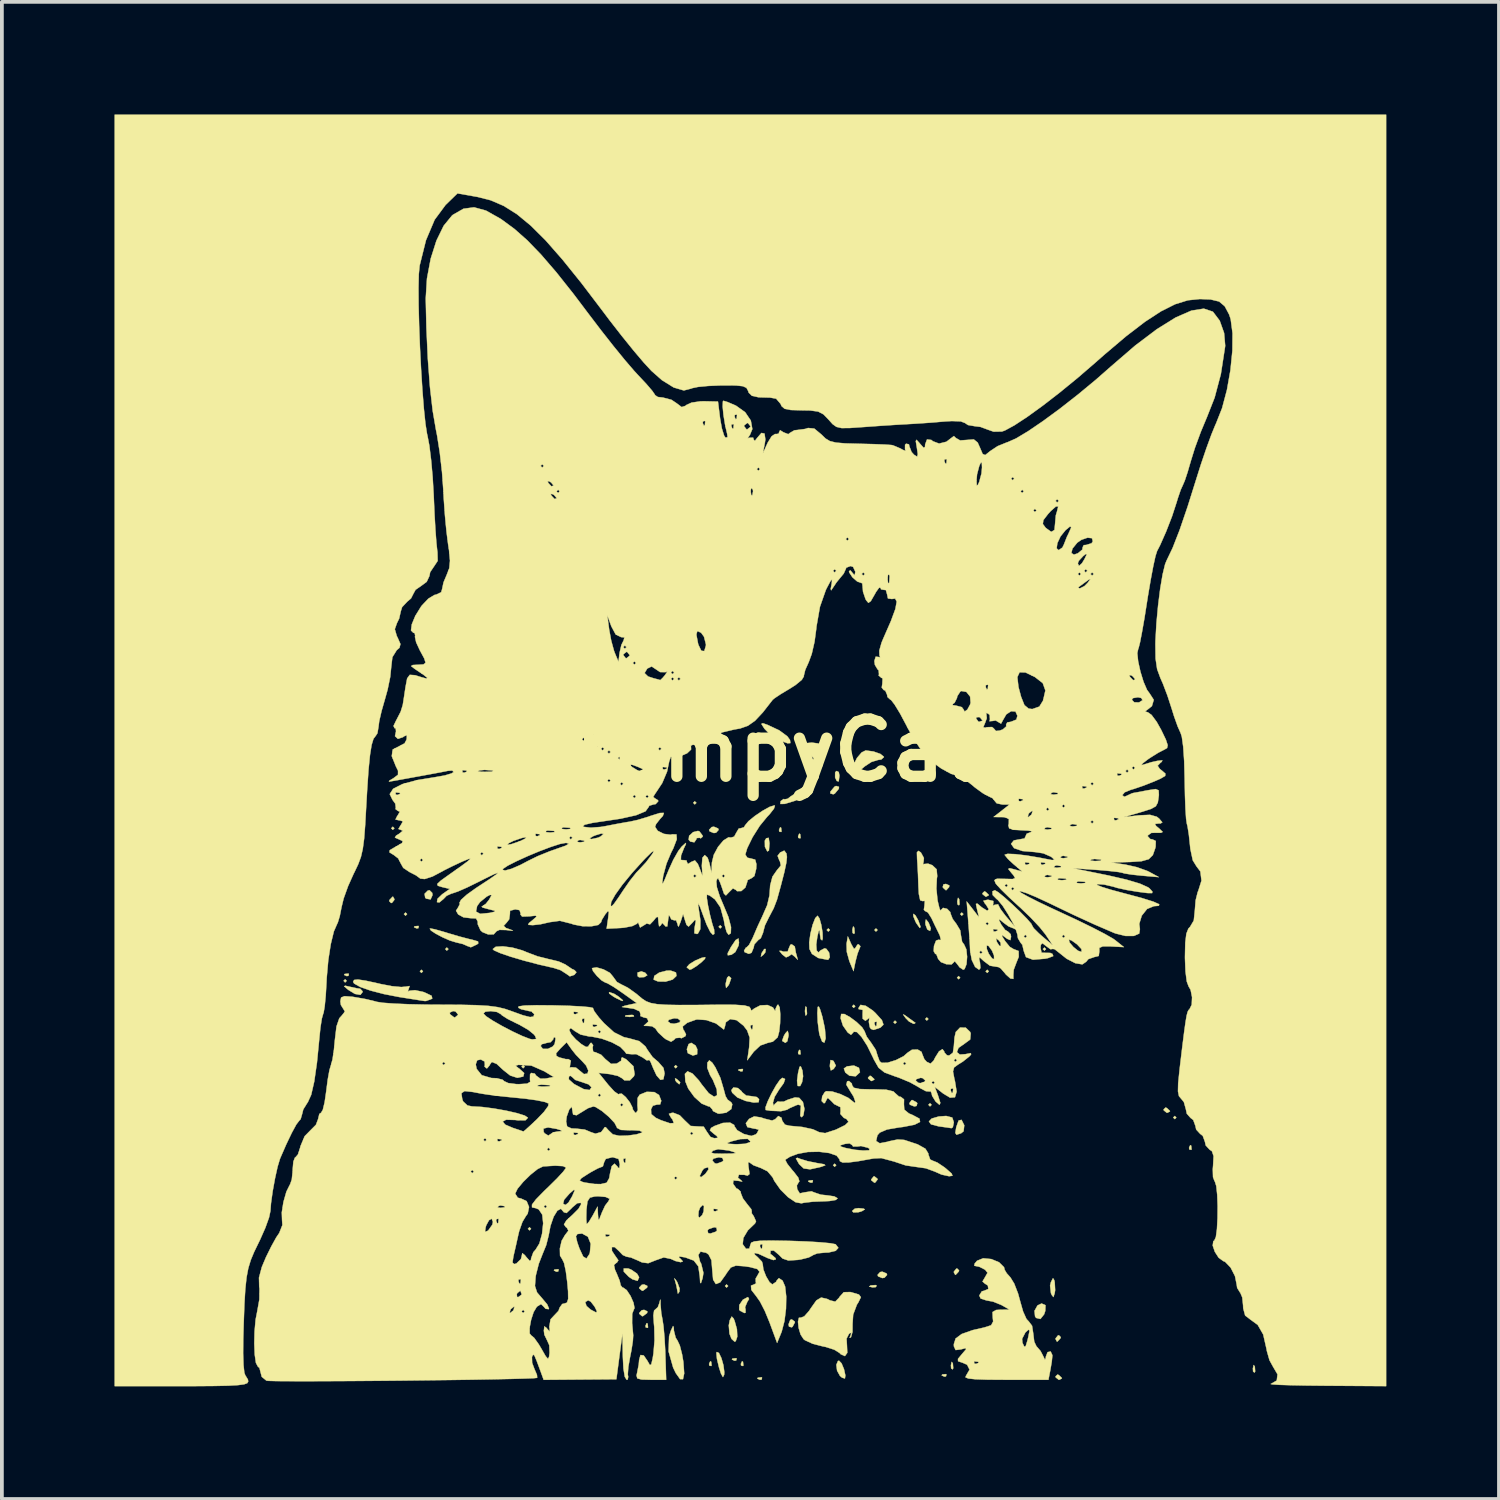
<source format=kicad_pcb>
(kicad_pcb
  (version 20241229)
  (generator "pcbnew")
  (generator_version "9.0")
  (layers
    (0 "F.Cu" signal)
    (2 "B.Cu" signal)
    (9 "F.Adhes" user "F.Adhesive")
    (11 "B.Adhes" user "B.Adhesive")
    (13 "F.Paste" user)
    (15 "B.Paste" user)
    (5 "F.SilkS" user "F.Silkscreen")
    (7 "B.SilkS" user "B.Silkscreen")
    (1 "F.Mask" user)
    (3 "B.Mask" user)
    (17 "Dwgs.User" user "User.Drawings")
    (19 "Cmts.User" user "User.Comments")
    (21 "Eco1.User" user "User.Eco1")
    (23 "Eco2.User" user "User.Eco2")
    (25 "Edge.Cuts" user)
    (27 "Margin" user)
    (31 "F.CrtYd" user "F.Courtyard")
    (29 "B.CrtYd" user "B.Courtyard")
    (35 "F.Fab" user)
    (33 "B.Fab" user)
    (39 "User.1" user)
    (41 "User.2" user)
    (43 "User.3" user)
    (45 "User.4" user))
  (footprint "grumpyCat"
    (layer "F.Cu")
    (at 16.938 16.938)
    (property "Reference" "grumpyCat" (at 0 0 0) (layer "F.SilkS") (effects (font (size 1.524 1.524) (thickness 0.3))))
    (attr through_hole)
    (fp_poly (pts (xy -10.753 6.138) (xy -10.795 6.181) (xy -10.837 6.138) (xy -10.795 6.096) (xy -10.753 6.138)) (stroke (width 0.01) (type solid)) (fill yes) (layer "F.SilkS"))
    (fp_poly (pts (xy -9.483 2.074) (xy -9.525 2.117) (xy -9.567 2.074) (xy -9.525 2.032) (xy -9.483 2.074)) (stroke (width 0.01) (type solid)) (fill yes) (layer "F.SilkS"))
    (fp_poly (pts (xy -9.144 4.36) (xy -9.186 4.403) (xy -9.229 4.36) (xy -9.186 4.318) (xy -9.144 4.36)) (stroke (width 0.01) (type solid)) (fill yes) (layer "F.SilkS"))
    (fp_poly (pts (xy -8.721 5.884) (xy -8.763 5.927) (xy -8.805 5.884) (xy -8.763 5.842) (xy -8.721 5.884)) (stroke (width 0.01) (type solid)) (fill yes) (layer "F.SilkS"))
    (fp_poly (pts (xy -8.043 5.292) (xy -8.086 5.334) (xy -8.128 5.292) (xy -8.086 5.249) (xy -8.043 5.292)) (stroke (width 0.01) (type solid)) (fill yes) (layer "F.SilkS"))
    (fp_poly (pts (xy -6.011 8.424) (xy -6.054 8.467) (xy -6.096 8.424) (xy -6.054 8.382) (xy -6.011 8.424)) (stroke (width 0.01) (type solid)) (fill yes) (layer "F.SilkS"))
    (fp_poly (pts (xy -5.842 12.742) (xy -5.884 12.785) (xy -5.927 12.742) (xy -5.884 12.7) (xy -5.842 12.742)) (stroke (width 0.01) (type solid)) (fill yes) (layer "F.SilkS"))
    (fp_poly (pts (xy -1.947 8.424) (xy -1.99 8.467) (xy -2.032 8.424) (xy -1.99 8.382) (xy -1.947 8.424)) (stroke (width 0.01) (type solid)) (fill yes) (layer "F.SilkS"))
    (fp_poly (pts (xy -1.439 1.397) (xy -1.482 1.439) (xy -1.524 1.397) (xy -1.482 1.355) (xy -1.439 1.397)) (stroke (width 0.01) (type solid)) (fill yes) (layer "F.SilkS"))
    (fp_poly (pts (xy -0.762 4.699) (xy -0.804 4.741) (xy -0.847 4.699) (xy -0.804 4.657) (xy -0.762 4.699)) (stroke (width 0.01) (type solid)) (fill yes) (layer "F.SilkS"))
    (fp_poly (pts (xy -0.593 14.266) (xy -0.635 14.309) (xy -0.677 14.266) (xy -0.635 14.224) (xy -0.593 14.266)) (stroke (width 0.01) (type solid)) (fill yes) (layer "F.SilkS"))
    (fp_poly (pts (xy 2.117 4.784) (xy 2.074 4.826) (xy 2.032 4.784) (xy 2.074 4.741) (xy 2.117 4.784)) (stroke (width 0.01) (type solid)) (fill yes) (layer "F.SilkS"))
    (fp_poly (pts (xy 2.286 11.049) (xy 2.244 11.091) (xy 2.201 11.049) (xy 2.244 11.007) (xy 2.286 11.049)) (stroke (width 0.01) (type solid)) (fill yes) (layer "F.SilkS"))
    (fp_poly (pts (xy 2.794 6.816) (xy 2.752 6.858) (xy 2.709 6.816) (xy 2.752 6.773) (xy 2.794 6.816)) (stroke (width 0.01) (type solid)) (fill yes) (layer "F.SilkS"))
    (fp_poly (pts (xy 3.387 4.784) (xy 3.344 4.826) (xy 3.302 4.784) (xy 3.344 4.741) (xy 3.387 4.784)) (stroke (width 0.01) (type solid)) (fill yes) (layer "F.SilkS"))
    (fp_poly (pts (xy 3.895 7.239) (xy 3.852 7.281) (xy 3.81 7.239) (xy 3.852 7.197) (xy 3.895 7.239)) (stroke (width 0.01) (type solid)) (fill yes) (layer "F.SilkS"))
    (fp_poly (pts (xy 4.741 7.154) (xy 4.699 7.197) (xy 4.657 7.154) (xy 4.699 7.112) (xy 4.741 7.154)) (stroke (width 0.01) (type solid)) (fill yes) (layer "F.SilkS"))
    (fp_poly (pts (xy 4.826 9.44) (xy 4.784 9.483) (xy 4.741 9.44) (xy 4.784 9.398) (xy 4.826 9.44)) (stroke (width 0.01) (type solid)) (fill yes) (layer "F.SilkS"))
    (fp_poly (pts (xy 5.588 6.054) (xy 5.546 6.096) (xy 5.503 6.054) (xy 5.546 6.011) (xy 5.588 6.054)) (stroke (width 0.01) (type solid)) (fill yes) (layer "F.SilkS"))
    (fp_poly (pts (xy 5.673 4.36) (xy 5.63 4.403) (xy 5.588 4.36) (xy 5.63 4.318) (xy 5.673 4.36)) (stroke (width 0.01) (type solid)) (fill yes) (layer "F.SilkS"))
    (fp_poly (pts (xy 6.35 5.884) (xy 6.308 5.927) (xy 6.265 5.884) (xy 6.308 5.842) (xy 6.35 5.884)) (stroke (width 0.01) (type solid)) (fill yes) (layer "F.SilkS"))
    (fp_poly (pts (xy 7.874 5.292) (xy 7.832 5.334) (xy 7.789 5.292) (xy 7.832 5.249) (xy 7.874 5.292)) (stroke (width 0.01) (type solid)) (fill yes) (layer "F.SilkS"))
    (fp_poly (pts (xy 11.345 9.779) (xy 11.303 9.821) (xy 11.261 9.779) (xy 11.303 9.737) (xy 11.345 9.779)) (stroke (width 0.01) (type solid)) (fill yes) (layer "F.SilkS"))
    (fp_poly (pts (xy -10.696 5.955) (xy -10.708 6.005) (xy -10.753 6.011) (xy -10.822 5.98) (xy -10.809 5.955) (xy -10.709 5.945) (xy -10.696 5.955)) (stroke (width 0.01) (type solid)) (fill yes) (layer "F.SilkS"))
    (fp_poly (pts (xy -8.834 4.685) (xy -8.845 4.735) (xy -8.89 4.741) (xy -8.96 4.71) (xy -8.946 4.685) (xy -8.846 4.675) (xy -8.834 4.685)) (stroke (width 0.01) (type solid)) (fill yes) (layer "F.SilkS"))
    (fp_poly (pts (xy -5.108 13.829) (xy -5.12 13.879) (xy -5.165 13.885) (xy -5.234 13.854) (xy -5.221 13.829) (xy -5.121 13.819) (xy -5.108 13.829)) (stroke (width 0.01) (type solid)) (fill yes) (layer "F.SilkS"))
    (fp_poly (pts (xy -3.111 7.056) (xy -3.101 7.087) (xy -3.217 7.099) (xy -3.338 7.085) (xy -3.323 7.056) (xy -3.15 7.045) (xy -3.111 7.056)) (stroke (width 0.01) (type solid)) (fill yes) (layer "F.SilkS"))
    (fp_poly (pts (xy -2.738 15.268) (xy -2.727 15.369) (xy -2.738 15.381) (xy -2.788 15.369) (xy -2.794 15.325) (xy -2.763 15.255) (xy -2.738 15.268)) (stroke (width 0.01) (type solid)) (fill yes) (layer "F.SilkS"))
    (fp_poly (pts (xy -1.044 16.284) (xy -1.034 16.385) (xy -1.044 16.397) (xy -1.095 16.385) (xy -1.101 16.341) (xy -1.07 16.271) (xy -1.044 16.284)) (stroke (width 0.01) (type solid)) (fill yes) (layer "F.SilkS"))
    (fp_poly (pts (xy -0.367 16.2) (xy -0.379 16.25) (xy -0.423 16.256) (xy -0.493 16.225) (xy -0.48 16.2) (xy -0.379 16.189) (xy -0.367 16.2)) (stroke (width 0.01) (type solid)) (fill yes) (layer "F.SilkS"))
    (fp_poly (pts (xy -0.198 8.495) (xy -0.209 8.545) (xy -0.254 8.551) (xy -0.324 8.52) (xy -0.31 8.495) (xy -0.21 8.485) (xy -0.198 8.495)) (stroke (width 0.01) (type solid)) (fill yes) (layer "F.SilkS"))
    (fp_poly (pts (xy -0.198 16.284) (xy -0.187 16.385) (xy -0.198 16.397) (xy -0.248 16.385) (xy -0.254 16.341) (xy -0.223 16.271) (xy -0.198 16.284)) (stroke (width 0.01) (type solid)) (fill yes) (layer "F.SilkS"))
    (fp_poly (pts (xy 0.31 16.708) (xy 0.299 16.758) (xy 0.254 16.764) (xy 0.184 16.733) (xy 0.198 16.708) (xy 0.298 16.697) (xy 0.31 16.708)) (stroke (width 0.01) (type solid)) (fill yes) (layer "F.SilkS"))
    (fp_poly (pts (xy 0.818 2.06) (xy 0.829 2.161) (xy 0.818 2.173) (xy 0.768 2.161) (xy 0.762 2.117) (xy 0.793 2.047) (xy 0.818 2.06)) (stroke (width 0.01) (type solid)) (fill yes) (layer "F.SilkS"))
    (fp_poly (pts (xy 1.326 2.23) (xy 1.337 2.33) (xy 1.326 2.342) (xy 1.276 2.331) (xy 1.27 2.286) (xy 1.301 2.216) (xy 1.326 2.23)) (stroke (width 0.01) (type solid)) (fill yes) (layer "F.SilkS"))
    (fp_poly (pts (xy 1.326 7.987) (xy 1.337 8.087) (xy 1.326 8.1) (xy 1.276 8.088) (xy 1.27 8.043) (xy 1.301 7.974) (xy 1.326 7.987)) (stroke (width 0.01) (type solid)) (fill yes) (layer "F.SilkS"))
    (fp_poly (pts (xy 1.495 6.837) (xy 1.507 7.01) (xy 1.495 7.048) (xy 1.465 7.059) (xy 1.453 6.943) (xy 1.466 6.822) (xy 1.495 6.837)) (stroke (width 0.01) (type solid)) (fill yes) (layer "F.SilkS"))
    (fp_poly (pts (xy 1.665 11.458) (xy 1.653 11.509) (xy 1.609 11.515) (xy 1.539 11.484) (xy 1.552 11.458) (xy 1.653 11.448) (xy 1.665 11.458)) (stroke (width 0.01) (type solid)) (fill yes) (layer "F.SilkS"))
    (fp_poly (pts (xy 2.767 4.725) (xy 2.777 4.858) (xy 2.76 4.888) (xy 2.722 4.862) (xy 2.716 4.777) (xy 2.737 4.686) (xy 2.767 4.725)) (stroke (width 0.01) (type solid)) (fill yes) (layer "F.SilkS"))
    (fp_poly (pts (xy 3.364 14.258) (xy 3.338 14.296) (xy 3.253 14.302) (xy 3.162 14.281) (xy 3.201 14.251) (xy 3.334 14.241) (xy 3.364 14.258)) (stroke (width 0.01) (type solid)) (fill yes) (layer "F.SilkS"))
    (fp_poly (pts (xy 5.221 16.623) (xy 5.209 16.673) (xy 5.165 16.679) (xy 5.095 16.648) (xy 5.108 16.623) (xy 5.209 16.613) (xy 5.221 16.623)) (stroke (width 0.01) (type solid)) (fill yes) (layer "F.SilkS"))
    (fp_poly (pts (xy 5.392 16.325) (xy 5.402 16.457) (xy 5.385 16.487) (xy 5.347 16.462) (xy 5.341 16.376) (xy 5.361 16.286) (xy 5.392 16.325)) (stroke (width 0.01) (type solid)) (fill yes) (layer "F.SilkS"))
    (fp_poly (pts (xy 5.561 3.963) (xy 5.571 4.096) (xy 5.554 4.126) (xy 5.516 4.1) (xy 5.51 4.015) (xy 5.531 3.924) (xy 5.561 3.963)) (stroke (width 0.01) (type solid)) (fill yes) (layer "F.SilkS"))
    (fp_poly (pts (xy 11.74 10.527) (xy 11.751 10.627) (xy 11.74 10.64) (xy 11.69 10.628) (xy 11.684 10.583) (xy 11.715 10.514) (xy 11.74 10.527)) (stroke (width 0.01) (type solid)) (fill yes) (layer "F.SilkS"))
    (fp_poly (pts (xy 13.435 16.409) (xy 13.445 16.542) (xy 13.428 16.572) (xy 13.39 16.546) (xy 13.384 16.461) (xy 13.405 16.37) (xy 13.435 16.409)) (stroke (width 0.01) (type solid)) (fill yes) (layer "F.SilkS"))
    (fp_poly (pts (xy -2.804 5.92) (xy -2.746 5.988) (xy -2.827 6.038) (xy -2.964 6.044) (xy -3.004 6.013) (xy -3.006 5.917) (xy -2.905 5.886) (xy -2.804 5.92)) (stroke (width 0.01) (type solid)) (fill yes) (layer "F.SilkS"))
    (fp_poly (pts (xy -1.96 8.755) (xy -1.87 8.84) (xy -1.888 8.889) (xy -1.9 8.89) (xy -1.972 8.83) (xy -1.998 8.792) (xy -2.008 8.734) (xy -1.96 8.755)) (stroke (width 0.01) (type solid)) (fill yes) (layer "F.SilkS"))
    (fp_poly (pts (xy 0.397 5.379) (xy 0.349 5.441) (xy 0.278 5.495) (xy 0.296 5.41) (xy 0.302 5.394) (xy 0.369 5.29) (xy 0.407 5.289) (xy 0.397 5.379)) (stroke (width 0.01) (type solid)) (fill yes) (layer "F.SilkS"))
    (fp_poly (pts (xy 2.353 0.576) (xy 2.371 0.672) (xy 2.352 0.825) (xy 2.301 0.815) (xy 2.256 0.722) (xy 2.257 0.586) (xy 2.29 0.548) (xy 2.353 0.576)) (stroke (width 0.01) (type solid)) (fill yes) (layer "F.SilkS"))
    (fp_poly (pts (xy -9.484 3.96) (xy -9.483 3.979) (xy -9.548 4.061) (xy -9.572 4.064) (xy -9.623 4.012) (xy -9.61 3.979) (xy -9.534 3.899) (xy -9.52 3.895) (xy -9.484 3.96)) (stroke (width 0.01) (type solid)) (fill yes) (layer "F.SilkS"))
    (fp_poly (pts (xy -8.476 3.794) (xy -8.467 3.852) (xy -8.519 3.969) (xy -8.636 3.948) (xy -8.662 3.925) (xy -8.679 3.82) (xy -8.593 3.734) (xy -8.546 3.725) (xy -8.476 3.794)) (stroke (width 0.01) (type solid)) (fill yes) (layer "F.SilkS"))
    (fp_poly (pts (xy -2.744 14.265) (xy -2.752 14.309) (xy -2.86 14.39) (xy -2.884 14.393) (xy -2.961 14.329) (xy -2.963 14.309) (xy -2.894 14.234) (xy -2.831 14.224) (xy -2.744 14.265)) (stroke (width 0.01) (type solid)) (fill yes) (layer "F.SilkS"))
    (fp_poly (pts (xy -2.744 14.942) (xy -2.752 14.986) (xy -2.86 15.067) (xy -2.884 15.071) (xy -2.961 15.006) (xy -2.963 14.986) (xy -2.894 14.912) (xy -2.831 14.901) (xy -2.744 14.942)) (stroke (width 0.01) (type solid)) (fill yes) (layer "F.SilkS"))
    (fp_poly (pts (xy -1.462 7.86) (xy -1.415 7.959) (xy -1.419 8.094) (xy -1.532 8.128) (xy -1.668 8.064) (xy -1.693 7.959) (xy -1.645 7.821) (xy -1.576 7.789) (xy -1.462 7.86)) (stroke (width 0.01) (type solid)) (fill yes) (layer "F.SilkS"))
    (fp_poly (pts (xy -0.861 2.078) (xy -0.847 2.117) (xy -0.915 2.192) (xy -0.974 2.201) (xy -1.086 2.156) (xy -1.101 2.117) (xy -1.032 2.042) (xy -0.974 2.032) (xy -0.861 2.078)) (stroke (width 0.01) (type solid)) (fill yes) (layer "F.SilkS"))
    (fp_poly (pts (xy -0.512 6.068) (xy -0.566 6.224) (xy -0.59 6.264) (xy -0.648 6.327) (xy -0.658 6.239) (xy -0.656 6.201) (xy -0.619 6.052) (xy -0.575 6.011) (xy -0.512 6.068)) (stroke (width 0.01) (type solid)) (fill yes) (layer "F.SilkS"))
    (fp_poly (pts (xy 0.508 2.474) (xy 0.508 2.481) (xy 0.493 2.668) (xy 0.45 2.691) (xy 0.387 2.568) (xy 0.384 2.404) (xy 0.421 2.34) (xy 0.486 2.328) (xy 0.508 2.474)) (stroke (width 0.01) (type solid)) (fill yes) (layer "F.SilkS"))
    (fp_poly (pts (xy 1.183 15.216) (xy 1.185 15.235) (xy 1.124 15.35) (xy 1.101 15.367) (xy 1.028 15.348) (xy 1.016 15.287) (xy 1.06 15.171) (xy 1.101 15.155) (xy 1.183 15.216)) (stroke (width 0.01) (type solid)) (fill yes) (layer "F.SilkS"))
    (fp_poly (pts (xy 2.198 8.261) (xy 2.218 8.28) (xy 2.276 8.396) (xy 2.218 8.484) (xy 2.142 8.525) (xy 2.117 8.423) (xy 2.117 8.382) (xy 2.134 8.247) (xy 2.198 8.261)) (stroke (width 0.01) (type solid)) (fill yes) (layer "F.SilkS"))
    (fp_poly (pts (xy 2.359 0.97) (xy 2.355 1.021) (xy 2.248 1.15) (xy 2.207 1.169) (xy 2.128 1.146) (xy 2.133 1.095) (xy 2.24 0.967) (xy 2.281 0.947) (xy 2.359 0.97)) (stroke (width 0.01) (type solid)) (fill yes) (layer "F.SilkS"))
    (fp_poly (pts (xy 3.016 12.206) (xy 3.048 12.224) (xy 2.978 12.269) (xy 2.879 12.301) (xy 2.744 12.306) (xy 2.709 12.269) (xy 2.78 12.206) (xy 2.879 12.192) (xy 3.016 12.206)) (stroke (width 0.01) (type solid)) (fill yes) (layer "F.SilkS"))
    (fp_poly (pts (xy 3.217 8.678) (xy 3.298 8.754) (xy 3.302 8.768) (xy 3.236 8.804) (xy 3.217 8.805) (xy 3.136 8.74) (xy 3.133 8.716) (xy 3.185 8.665) (xy 3.217 8.678)) (stroke (width 0.01) (type solid)) (fill yes) (layer "F.SilkS"))
    (fp_poly (pts (xy 3.384 11.41) (xy 3.387 11.43) (xy 3.322 11.512) (xy 3.302 11.515) (xy 3.22 11.45) (xy 3.217 11.43) (xy 3.282 11.348) (xy 3.302 11.345) (xy 3.384 11.41)) (stroke (width 0.01) (type solid)) (fill yes) (layer "F.SilkS"))
    (fp_poly (pts (xy 3.626 13.931) (xy 3.641 13.97) (xy 3.572 14.045) (xy 3.514 14.055) (xy 3.401 14.009) (xy 3.387 13.97) (xy 3.455 13.895) (xy 3.514 13.885) (xy 3.626 13.931)) (stroke (width 0.01) (type solid)) (fill yes) (layer "F.SilkS"))
    (fp_poly (pts (xy 4.395 4.393) (xy 4.472 4.529) (xy 4.533 4.701) (xy 4.511 4.73) (xy 4.422 4.606) (xy 4.399 4.565) (xy 4.339 4.415) (xy 4.34 4.353) (xy 4.395 4.393)) (stroke (width 0.01) (type solid)) (fill yes) (layer "F.SilkS"))
    (fp_poly (pts (xy 4.428 9.375) (xy 4.445 9.398) (xy 4.426 9.47) (xy 4.365 9.483) (xy 4.249 9.438) (xy 4.233 9.398) (xy 4.294 9.316) (xy 4.313 9.313) (xy 4.428 9.375)) (stroke (width 0.01) (type solid)) (fill yes) (layer "F.SilkS"))
    (fp_poly (pts (xy 4.733 4.569) (xy 4.752 4.6) (xy 4.806 4.741) (xy 4.785 4.808) (xy 4.713 4.77) (xy 4.664 4.643) (xy 4.659 4.579) (xy 4.675 4.5) (xy 4.733 4.569)) (stroke (width 0.01) (type solid)) (fill yes) (layer "F.SilkS"))
    (fp_poly (pts (xy 5.298 3.596) (xy 5.292 3.641) (xy 5.219 3.721) (xy 5.207 3.725) (xy 5.14 3.666) (xy 5.122 3.641) (xy 5.142 3.569) (xy 5.207 3.556) (xy 5.298 3.596)) (stroke (width 0.01) (type solid)) (fill yes) (layer "F.SilkS"))
    (fp_poly (pts (xy 5.559 13.853) (xy 5.546 13.885) (xy 5.47 13.966) (xy 5.456 13.97) (xy 5.42 13.904) (xy 5.419 13.885) (xy 5.484 13.804) (xy 5.508 13.801) (xy 5.559 13.853)) (stroke (width 0.01) (type solid)) (fill yes) (layer "F.SilkS"))
    (fp_poly (pts (xy 6.265 3.768) (xy 6.346 3.844) (xy 6.35 3.857) (xy 6.284 3.894) (xy 6.265 3.895) (xy 6.184 3.83) (xy 6.181 3.805) (xy 6.233 3.754) (xy 6.265 3.768)) (stroke (width 0.01) (type solid)) (fill yes) (layer "F.SilkS"))
    (fp_poly (pts (xy 8.213 16.637) (xy 8.293 16.713) (xy 8.297 16.727) (xy 8.232 16.763) (xy 8.213 16.764) (xy 8.131 16.699) (xy 8.128 16.674) (xy 8.18 16.624) (xy 8.213 16.637)) (stroke (width 0.01) (type solid)) (fill yes) (layer "F.SilkS"))
    (fp_poly (pts (xy 8.268 15.631) (xy 8.255 15.663) (xy 8.179 15.744) (xy 8.165 15.748) (xy 8.129 15.682) (xy 8.128 15.663) (xy 8.193 15.582) (xy 8.218 15.579) (xy 8.268 15.631)) (stroke (width 0.01) (type solid)) (fill yes) (layer "F.SilkS"))
    (fp_poly (pts (xy 11.091 9.525) (xy 11.172 9.601) (xy 11.176 9.615) (xy 11.11 9.651) (xy 11.091 9.652) (xy 11.01 9.587) (xy 11.007 9.562) (xy 11.059 9.512) (xy 11.091 9.525)) (stroke (width 0.01) (type solid)) (fill yes) (layer "F.SilkS"))
    (fp_poly (pts (xy -3.631 6.482) (xy -3.509 6.559) (xy -3.393 6.659) (xy -3.415 6.674) (xy -3.561 6.606) (xy -3.641 6.562) (xy -3.762 6.477) (xy -3.765 6.438) (xy -3.763 6.438) (xy -3.631 6.482)) (stroke (width 0.01) (type solid)) (fill yes) (layer "F.SilkS"))
    (fp_poly (pts (xy -3.252 13.8) (xy -3.176 13.83) (xy -3.02 13.937) (xy -2.964 14.034) (xy -3.007 14.129) (xy -3.143 14.087) (xy -3.239 14.021) (xy -3.373 13.883) (xy -3.373 13.798) (xy -3.252 13.8)) (stroke (width 0.01) (type solid)) (fill yes) (layer "F.SilkS"))
    (fp_poly (pts (xy -1.99 14.099) (xy -1.948 14.164) (xy -1.886 14.331) (xy -1.892 14.418) (xy -1.931 14.472) (xy -1.941 14.421) (xy -1.971 14.259) (xy -1.996 14.167) (xy -2.026 14.06) (xy -1.99 14.099)) (stroke (width 0.01) (type solid)) (fill yes) (layer "F.SilkS"))
    (fp_poly (pts (xy -0.304 5.118) (xy -0.316 5.199) (xy -0.403 5.372) (xy -0.506 5.443) (xy -0.602 5.457) (xy -0.605 5.402) (xy -0.519 5.239) (xy -0.392 5.05) (xy -0.318 5.009) (xy -0.304 5.118)) (stroke (width 0.01) (type solid)) (fill yes) (layer "F.SilkS"))
    (fp_poly (pts (xy 1.014 7.553) (xy 1.015 7.599) (xy 0.984 7.747) (xy 0.931 7.789) (xy 0.85 7.741) (xy 0.848 7.726) (xy 0.89 7.607) (xy 0.931 7.535) (xy 0.993 7.469) (xy 1.014 7.553)) (stroke (width 0.01) (type solid)) (fill yes) (layer "F.SilkS"))
    (fp_poly (pts (xy 2.891 8.454) (xy 2.918 8.571) (xy 2.916 8.576) (xy 2.804 8.68) (xy 2.641 8.666) (xy 2.529 8.581) (xy 2.489 8.473) (xy 2.573 8.416) (xy 2.757 8.394) (xy 2.891 8.454)) (stroke (width 0.01) (type solid)) (fill yes) (layer "F.SilkS"))
    (fp_poly (pts (xy 4.106 7.048) (xy 4.191 7.109) (xy 4.334 7.213) (xy 4.396 7.257) (xy 4.368 7.28) (xy 4.342 7.281) (xy 4.225 7.221) (xy 4.138 7.133) (xy 4.066 7.034) (xy 4.106 7.048)) (stroke (width 0.01) (type solid)) (fill yes) (layer "F.SilkS"))
    (fp_poly (pts (xy 5.695 9.983) (xy 5.696 9.985) (xy 5.678 10.145) (xy 5.614 10.197) (xy 5.489 10.237) (xy 5.458 10.188) (xy 5.483 10.033) (xy 5.546 9.858) (xy 5.624 9.84) (xy 5.695 9.983)) (stroke (width 0.01) (type solid)) (fill yes) (layer "F.SilkS"))
    (fp_poly (pts (xy 7.86 14.778) (xy 7.854 14.929) (xy 7.823 15.021) (xy 7.725 15.144) (xy 7.612 15.117) (xy 7.582 15.078) (xy 7.567 14.928) (xy 7.647 14.784) (xy 7.756 14.732) (xy 7.86 14.778)) (stroke (width 0.01) (type solid)) (fill yes) (layer "F.SilkS"))
    (fp_poly (pts (xy -10.668 6.296) (xy -10.484 6.336) (xy -10.393 6.349) (xy -10.331 6.415) (xy -10.329 6.435) (xy -10.388 6.511) (xy -10.534 6.486) (xy -10.71 6.379) (xy -10.823 6.283) (xy -10.791 6.268) (xy -10.668 6.296)) (stroke (width 0.01) (type solid)) (fill yes) (layer "F.SilkS"))
    (fp_poly (pts (xy 1.386 8.528) (xy 1.403 8.68) (xy 1.377 8.835) (xy 1.325 8.94) (xy 1.266 8.94) (xy 1.254 8.922) (xy 1.243 8.793) (xy 1.269 8.594) (xy 1.309 8.428) (xy 1.342 8.416) (xy 1.386 8.528)) (stroke (width 0.01) (type solid)) (fill yes) (layer "F.SilkS"))
    (fp_poly (pts (xy 2.428 16.326) (xy 2.493 16.483) (xy 2.529 16.647) (xy 2.517 16.73) (xy 2.441 16.707) (xy 2.386 16.661) (xy 2.309 16.522) (xy 2.289 16.365) (xy 2.332 16.264) (xy 2.361 16.256) (xy 2.428 16.326)) (stroke (width 0.01) (type solid)) (fill yes) (layer "F.SilkS"))
    (fp_poly (pts (xy 8.092 14.11) (xy 8.105 14.161) (xy 8.117 14.377) (xy 8.105 14.457) (xy 8.071 14.561) (xy 8.028 14.507) (xy 8.005 14.457) (xy 7.982 14.254) (xy 8.005 14.161) (xy 8.06 14.057) (xy 8.092 14.11)) (stroke (width 0.01) (type solid)) (fill yes) (layer "F.SilkS"))
    (fp_poly (pts (xy -1.983 5.915) (xy -1.97 6.007) (xy -2.069 6.102) (xy -2.258 6.158) (xy -2.459 6.155) (xy -2.576 6.107) (xy -2.577 6.104) (xy -2.56 6.006) (xy -2.427 5.917) (xy -2.233 5.867) (xy -2.127 5.864) (xy -1.983 5.915)) (stroke (width 0.01) (type solid)) (fill yes) (layer "F.SilkS"))
    (fp_poly (pts (xy -1.209 5.549) (xy -1.306 5.644) (xy -1.443 5.75) (xy -1.569 5.827) (xy -1.618 5.842) (xy -1.692 5.782) (xy -1.693 5.771) (xy -1.625 5.694) (xy -1.47 5.598) (xy -1.298 5.525) (xy -1.203 5.506) (xy -1.209 5.549)) (stroke (width 0.01) (type solid)) (fill yes) (layer "F.SilkS"))
    (fp_poly (pts (xy -0.839 16.05) (xy -0.773 16.186) (xy -0.719 16.375) (xy -0.695 16.561) (xy -0.7 16.631) (xy -0.732 16.693) (xy -0.784 16.599) (xy -0.836 16.438) (xy -0.891 16.208) (xy -0.906 16.053) (xy -0.897 16.024) (xy -0.839 16.05)) (stroke (width 0.01) (type solid)) (fill yes) (layer "F.SilkS"))
    (fp_poly (pts (xy -0.448 15.132) (xy -0.42 15.198) (xy -0.359 15.417) (xy -0.35 15.616) (xy -0.391 15.736) (xy -0.422 15.748) (xy -0.502 15.676) (xy -0.558 15.537) (xy -0.576 15.315) (xy -0.55 15.177) (xy -0.497 15.079) (xy -0.448 15.132)) (stroke (width 0.01) (type solid)) (fill yes) (layer "F.SilkS"))
    (fp_poly (pts (xy -0.036 14.613) (xy -0.082 14.686) (xy -0.142 14.83) (xy -0.129 14.898) (xy -0.13 14.978) (xy -0.159 14.986) (xy -0.278 14.924) (xy -0.299 14.898) (xy -0.295 14.77) (xy -0.201 14.632) (xy -0.072 14.563) (xy -0.064 14.563) (xy -0.036 14.613)) (stroke (width 0.01) (type solid)) (fill yes) (layer "F.SilkS"))
    (fp_poly (pts (xy 0.455 -0.681) (xy 0.768 -0.534) (xy 0.984 -0.375) (xy 1.054 -0.277) (xy 1.065 -0.195) (xy 0.988 -0.19) (xy 0.794 -0.263) (xy 0.739 -0.287) (xy 0.519 -0.427) (xy 0.375 -0.576) (xy 0.292 -0.706) (xy 0.33 -0.725) (xy 0.455 -0.681)) (stroke (width 0.01) (type solid)) (fill yes) (layer "F.SilkS"))
    (fp_poly (pts (xy 5.376 9.779) (xy 5.419 9.906) (xy 5.392 10.037) (xy 5.355 10.062) (xy 5.234 10.043) (xy 5.027 10.015) (xy 5.016 10.014) (xy 4.811 9.96) (xy 4.754 9.883) (xy 4.828 9.806) (xy 5.017 9.751) (xy 5.214 9.737) (xy 5.376 9.779)) (stroke (width 0.01) (type solid)) (fill yes) (layer "F.SilkS"))
    (fp_poly (pts (xy -1.358 2.157) (xy -1.274 2.268) (xy -1.27 2.296) (xy -1.322 2.342) (xy -1.355 2.328) (xy -1.433 2.335) (xy -1.439 2.366) (xy -1.494 2.448) (xy -1.601 2.428) (xy -1.645 2.38) (xy -1.632 2.274) (xy -1.526 2.177) (xy -1.396 2.144) (xy -1.358 2.157)) (stroke (width 0.01) (type solid)) (fill yes) (layer "F.SilkS"))
    (fp_poly (pts (xy 1.857 6.9) (xy 1.915 7.091) (xy 1.973 7.356) (xy 1.986 7.429) (xy 2.004 7.668) (xy 1.971 7.783) (xy 1.911 7.759) (xy 1.844 7.584) (xy 1.831 7.525) (xy 1.793 7.235) (xy 1.783 6.996) (xy 1.794 6.832) (xy 1.822 6.824) (xy 1.857 6.9)) (stroke (width 0.01) (type solid)) (fill yes) (layer "F.SilkS"))
    (fp_poly (pts (xy -0.335 8.993) (xy -0.235 9.078) (xy -0.224 9.101) (xy -0.112 9.194) (xy 0.009 9.207) (xy 0.17 9.232) (xy 0.231 9.292) (xy 0.219 9.371) (xy 0.089 9.38) (xy -0.127 9.337) (xy -0.346 9.245) (xy -0.485 9.118) (xy -0.508 9.049) (xy -0.452 8.978) (xy -0.335 8.993)) (stroke (width 0.01) (type solid)) (fill yes) (layer "F.SilkS"))
    (fp_poly (pts (xy 1.325 10.88) (xy 1.517 10.939) (xy 1.766 10.99) (xy 1.778 10.992) (xy 1.964 11.023) (xy 1.996 11.051) (xy 1.887 11.09) (xy 1.863 11.097) (xy 1.59 11.158) (xy 1.419 11.135) (xy 1.299 11.021) (xy 1.282 10.994) (xy 1.212 10.868) (xy 1.25 10.851) (xy 1.325 10.88)) (stroke (width 0.01) (type solid)) (fill yes) (layer "F.SilkS"))
    (fp_poly (pts (xy 1.439 1.165) (xy 1.439 1.177) (xy 1.368 1.254) (xy 1.194 1.339) (xy 1.173 1.346) (xy 0.916 1.424) (xy 0.798 1.427) (xy 0.805 1.354) (xy 0.808 1.349) (xy 0.887 1.293) (xy 0.908 1.303) (xy 0.993 1.288) (xy 1.074 1.224) (xy 1.224 1.127) (xy 1.367 1.104) (xy 1.439 1.165)) (stroke (width 0.01) (type solid)) (fill yes) (layer "F.SilkS"))
    (fp_poly (pts (xy 2.689 5.165) (xy 2.757 5.283) (xy 2.789 5.271) (xy 2.789 5.271) (xy 2.851 5.172) (xy 2.884 5.165) (xy 2.93 5.218) (xy 2.912 5.263) (xy 2.853 5.413) (xy 2.799 5.621) (xy 2.746 5.88) (xy 2.636 5.615) (xy 2.568 5.369) (xy 2.561 5.152) (xy 2.595 4.953) (xy 2.689 5.165)) (stroke (width 0.01) (type solid)) (fill yes) (layer "F.SilkS"))
    (fp_poly (pts (xy -2.042 15.369) (xy -2.038 15.456) (xy -1.991 15.643) (xy -1.942 15.72) (xy -1.881 15.849) (xy -1.82 16.087) (xy -1.786 16.287) (xy -1.764 16.594) (xy -1.796 16.748) (xy -1.873 16.747) (xy -1.988 16.585) (xy -2.058 16.439) (xy -2.18 16.009) (xy -2.166 15.607) (xy -2.117 15.452) (xy -2.06 15.332) (xy -2.042 15.369)) (stroke (width 0.01) (type solid)) (fill yes) (layer "F.SilkS"))
    (fp_poly (pts (xy 3.278 0.029) (xy 3.461 0.093) (xy 3.554 0.168) (xy 3.556 0.179) (xy 3.486 0.242) (xy 3.4 0.254) (xy 3.225 0.307) (xy 3.048 0.423) (xy 2.895 0.551) (xy 2.818 0.582) (xy 2.765 0.53) (xy 2.749 0.504) (xy 2.752 0.374) (xy 2.838 0.201) (xy 2.963 0.054) (xy 3.071 0.001) (xy 3.278 0.029)) (stroke (width 0.01) (type solid)) (fill yes) (layer "F.SilkS"))
    (fp_poly (pts (xy 1.81 -0.185) (xy 1.891 -0.091) (xy 1.917 0.093) (xy 1.918 0.106) (xy 1.921 0.31) (xy 1.915 0.418) (xy 1.911 0.423) (xy 1.847 0.369) (xy 1.715 0.234) (xy 1.693 0.212) (xy 1.527 0.067) (xy 1.391 0.001) (xy 1.382 0) (xy 1.288 -0.049) (xy 1.275 -0.138) (xy 1.333 -0.178) (xy 1.636 -0.208) (xy 1.81 -0.185)) (stroke (width 0.01) (type solid)) (fill yes) (layer "F.SilkS"))
    (fp_poly (pts (xy 1.183 5.224) (xy 1.185 5.242) (xy 1.209 5.383) (xy 1.236 5.475) (xy 1.26 5.576) (xy 1.211 5.527) (xy 1.193 5.503) (xy 1.096 5.427) (xy 1.037 5.473) (xy 0.949 5.513) (xy 0.849 5.436) (xy 0.771 5.34) (xy 0.82 5.339) (xy 0.871 5.358) (xy 0.993 5.359) (xy 1.016 5.289) (xy 1.063 5.178) (xy 1.101 5.165) (xy 1.183 5.224)) (stroke (width 0.01) (type solid)) (fill yes) (layer "F.SilkS"))
    (fp_poly (pts (xy -8.402 4.766) (xy -8.185 4.827) (xy -8.055 4.867) (xy -7.761 4.954) (xy -7.49 5.025) (xy -7.413 5.042) (xy -7.255 5.088) (xy -7.249 5.142) (xy -7.286 5.169) (xy -7.447 5.244) (xy -7.551 5.206) (xy -7.553 5.203) (xy -7.662 5.156) (xy -7.842 5.113) (xy -8.003 5.064) (xy -8.197 4.979) (xy -8.38 4.883) (xy -8.509 4.798) (xy -8.541 4.748) (xy -8.52 4.743) (xy -8.402 4.766)) (stroke (width 0.01) (type solid)) (fill yes) (layer "F.SilkS"))
    (fp_poly (pts (xy -6.342 5.252) (xy -6.08 5.325) (xy -5.967 5.372) (xy -5.673 5.484) (xy -5.369 5.56) (xy -5.351 5.563) (xy -5.108 5.622) (xy -4.925 5.704) (xy -4.911 5.715) (xy -4.754 5.821) (xy -4.686 5.852) (xy -4.634 5.908) (xy -4.689 5.977) (xy -4.81 6.018) (xy -4.895 5.957) (xy -5.055 5.854) (xy -5.231 5.796) (xy -5.636 5.703) (xy -6.032 5.599) (xy -6.385 5.495) (xy -6.662 5.4) (xy -6.829 5.326) (xy -6.863 5.292) (xy -6.784 5.231) (xy -6.594 5.219) (xy -6.342 5.252)) (stroke (width 0.01) (type solid)) (fill yes) (layer "F.SilkS"))
    (fp_poly (pts (xy -10.25 6.133) (xy -9.916 6.206) (xy -9.845 6.223) (xy -9.547 6.28) (xy -9.3 6.303) (xy -9.175 6.292) (xy -9.078 6.276) (xy -9.101 6.349) (xy -9.124 6.421) (xy -9.072 6.4) (xy -8.933 6.387) (xy -8.719 6.432) (xy -8.679 6.446) (xy -8.492 6.535) (xy -8.474 6.608) (xy -8.489 6.619) (xy -8.638 6.674) (xy -8.678 6.675) (xy -8.799 6.657) (xy -9.037 6.619) (xy -9.341 6.571) (xy -9.356 6.569) (xy -9.761 6.49) (xy -10.119 6.397) (xy -10.395 6.3) (xy -10.556 6.209) (xy -10.583 6.164) (xy -10.556 6.114) (xy -10.454 6.103) (xy -10.25 6.133)) (stroke (width 0.01) (type solid)) (fill yes) (layer "F.SilkS"))
    (fp_poly (pts (xy 1.84 4.476) (xy 1.888 4.648) (xy 1.921 4.85) (xy 1.926 5.011) (xy 1.91 5.06) (xy 1.871 5.027) (xy 1.853 4.904) (xy 1.841 4.784) (xy 1.818 4.815) (xy 1.784 4.953) (xy 1.753 5.172) (xy 1.764 5.328) (xy 1.811 5.382) (xy 1.865 5.33) (xy 1.975 5.271) (xy 2.023 5.286) (xy 2.096 5.385) (xy 2.115 5.509) (xy 2.071 5.577) (xy 2.053 5.576) (xy 1.926 5.552) (xy 1.807 5.529) (xy 1.64 5.421) (xy 1.573 5.289) (xy 1.566 5.114) (xy 1.599 4.88) (xy 1.657 4.645) (xy 1.727 4.467) (xy 1.789 4.403) (xy 1.84 4.476)) (stroke (width 0.01) (type solid)) (fill yes) (layer "F.SilkS"))
    (fp_poly (pts (xy 3.071 6.803) (xy 3.258 6.927) (xy 3.333 6.997) (xy 3.503 7.186) (xy 3.544 7.304) (xy 3.466 7.381) (xy 3.422 7.399) (xy 3.278 7.445) (xy 3.21 7.418) (xy 3.18 7.374) (xy 3.163 7.281) (xy 3.302 7.281) (xy 3.333 7.351) (xy 3.358 7.338) (xy 3.369 7.237) (xy 3.358 7.225) (xy 3.308 7.237) (xy 3.302 7.281) (xy 3.163 7.281) (xy 3.154 7.228) (xy 3.161 7.183) (xy 3.167 7.117) (xy 3.154 7.133) (xy 3.063 7.202) (xy 2.99 7.145) (xy 2.988 7.027) (xy 2.993 6.913) (xy 2.955 6.905) (xy 2.883 6.891) (xy 2.879 6.863) (xy 2.933 6.778) (xy 3.071 6.803)) (stroke (width 0.01) (type solid)) (fill yes) (layer "F.SilkS"))
    (fp_poly (pts (xy -2.393 14.681) (xy -2.394 14.752) (xy -2.374 14.991) (xy -2.343 15.155) (xy -2.315 15.339) (xy -2.288 15.635) (xy -2.269 15.985) (xy -2.266 16.066) (xy -2.244 16.764) (xy -2.656 16.764) (xy -2.9 16.758) (xy -3.013 16.726) (xy -3.033 16.649) (xy -3.017 16.573) (xy -2.974 16.354) (xy -2.964 16.235) (xy -2.928 16.104) (xy -2.842 16.116) (xy -2.738 16.267) (xy -2.733 16.277) (xy -2.678 16.373) (xy -2.641 16.353) (xy -2.604 16.196) (xy -2.582 16.059) (xy -2.554 15.717) (xy -2.561 15.365) (xy -2.57 15.276) (xy -2.585 15.052) (xy -2.565 14.918) (xy -2.544 14.901) (xy -2.466 14.83) (xy -2.429 14.731) (xy -2.401 14.625) (xy -2.393 14.681)) (stroke (width 0.01) (type solid)) (fill yes) (layer "F.SilkS"))
    (fp_poly (pts (xy 0.924 8.753) (xy 0.887 8.863) (xy 0.762 9.036) (xy 0.645 9.228) (xy 0.599 9.388) (xy 0.599 9.388) (xy 0.62 9.463) (xy 0.649 9.419) (xy 0.73 9.349) (xy 0.766 9.358) (xy 0.888 9.355) (xy 1.001 9.303) (xy 1.189 9.243) (xy 1.301 9.255) (xy 1.399 9.366) (xy 1.439 9.549) (xy 1.412 9.718) (xy 1.367 9.771) (xy 1.327 9.737) (xy 1.335 9.606) (xy 1.345 9.458) (xy 1.272 9.435) (xy 1.217 9.452) (xy 1.041 9.531) (xy 0.974 9.571) (xy 0.814 9.61) (xy 0.543 9.599) (xy 0.406 9.578) (xy 0.402 9.507) (xy 0.464 9.342) (xy 0.566 9.131) (xy 0.682 8.925) (xy 0.788 8.772) (xy 0.851 8.721) (xy 0.924 8.753)) (stroke (width 0.01) (type solid)) (fill yes) (layer "F.SilkS"))
    (fp_poly (pts (xy -1.015 8.319) (xy -0.933 8.444) (xy -0.801 8.722) (xy -0.715 9.011) (xy -0.662 9.209) (xy -0.603 9.31) (xy -0.592 9.313) (xy -0.506 9.38) (xy -0.483 9.425) (xy -0.508 9.552) (xy -0.643 9.649) (xy -0.829 9.677) (xy -0.868 9.671) (xy -0.994 9.607) (xy -1.016 9.561) (xy -1.083 9.486) (xy -1.122 9.48) (xy -1.298 9.407) (xy -1.493 9.232) (xy -1.656 9.007) (xy -1.733 8.817) (xy -1.745 8.616) (xy -1.675 8.547) (xy -1.543 8.607) (xy -1.371 8.792) (xy -1.302 8.89) (xy -1.109 9.132) (xy -0.966 9.225) (xy -0.889 9.185) (xy -0.895 9.031) (xy -0.999 8.778) (xy -1.074 8.65) (xy -1.149 8.457) (xy -1.146 8.316) (xy -1.094 8.254) (xy -1.015 8.319)) (stroke (width 0.01) (type solid)) (fill yes) (layer "F.SilkS"))
    (fp_poly (pts (xy 0.96 2.746) (xy 0.973 2.839) (xy 0.956 2.995) (xy 0.904 3.241) (xy 0.811 3.602) (xy 0.707 3.979) (xy 0.62 4.204) (xy 0.493 4.445) (xy 0.387 4.661) (xy 0.339 4.841) (xy 0.339 4.85) (xy 0.276 5.003) (xy 0.212 5.049) (xy 0.105 5.165) (xy 0.085 5.258) (xy 0.029 5.391) (xy -0.042 5.419) (xy -0.155 5.373) (xy -0.169 5.334) (xy -0.12 5.252) (xy -0.105 5.249) (xy -0.035 5.179) (xy 0.055 5.006) (xy 0.069 4.974) (xy 0.188 4.696) (xy 0.318 4.417) (xy 0.447 4.122) (xy 0.508 3.861) (xy 0.526 3.598) (xy 0.587 3.363) (xy 0.702 3.197) (xy 0.812 3.064) (xy 0.784 2.949) (xy 0.772 2.934) (xy 0.724 2.808) (xy 0.793 2.718) (xy 0.902 2.669) (xy 0.96 2.746)) (stroke (width 0.01) (type solid)) (fill yes) (layer "F.SilkS"))
    (fp_poly (pts (xy 2.695 14.435) (xy 2.89 14.493) (xy 2.943 14.564) (xy 2.876 14.701) (xy 2.836 14.763) (xy 2.737 15.027) (xy 2.721 15.273) (xy 2.719 15.49) (xy 2.679 15.629) (xy 2.672 15.638) (xy 2.64 15.643) (xy 2.667 15.587) (xy 2.691 15.509) (xy 2.629 15.534) (xy 2.561 15.668) (xy 2.571 15.84) (xy 2.58 16.045) (xy 2.517 16.133) (xy 2.404 16.082) (xy 2.375 16.05) (xy 2.233 15.962) (xy 2 15.888) (xy 1.921 15.872) (xy 1.66 15.805) (xy 1.453 15.71) (xy 1.418 15.683) (xy 1.337 15.559) (xy 1.285 15.385) (xy 1.267 15.218) (xy 1.292 15.112) (xy 1.347 15.109) (xy 1.435 15.074) (xy 1.561 14.931) (xy 1.608 14.86) (xy 1.757 14.65) (xy 1.885 14.574) (xy 2.043 14.61) (xy 2.119 14.648) (xy 2.26 14.683) (xy 2.362 14.578) (xy 2.374 14.556) (xy 2.487 14.431) (xy 2.661 14.427) (xy 2.695 14.435)) (stroke (width 0.01) (type solid)) (fill yes) (layer "F.SilkS"))
    (fp_poly (pts (xy 4.541 2.719) (xy 4.621 2.866) (xy 4.614 2.953) (xy 4.597 3.037) (xy 4.621 3.027) (xy 4.732 3.016) (xy 4.845 3.058) (xy 4.96 3.167) (xy 4.976 3.349) (xy 4.966 3.415) (xy 4.954 3.681) (xy 4.983 3.981) (xy 4.991 4.022) (xy 5.035 4.206) (xy 5.065 4.272) (xy 5.07 4.257) (xy 5.131 4.194) (xy 5.24 4.22) (xy 5.324 4.307) (xy 5.334 4.353) (xy 5.387 4.489) (xy 5.485 4.62) (xy 5.589 4.794) (xy 5.607 4.924) (xy 5.639 5.098) (xy 5.692 5.17) (xy 5.752 5.301) (xy 5.772 5.498) (xy 5.756 5.694) (xy 5.705 5.823) (xy 5.668 5.842) (xy 5.572 5.778) (xy 5.51 5.694) (xy 5.442 5.614) (xy 5.421 5.64) (xy 5.357 5.701) (xy 5.217 5.694) (xy 5.074 5.638) (xy 4.997 5.55) (xy 4.995 5.536) (xy 4.953 5.43) (xy 4.922 5.419) (xy 4.882 5.348) (xy 4.89 5.208) (xy 4.944 5.067) (xy 5.005 5.044) (xy 5.075 5.051) (xy 5.044 4.927) (xy 5.005 4.846) (xy 4.913 4.659) (xy 4.823 4.469) (xy 4.73 4.319) (xy 4.653 4.278) (xy 4.652 4.279) (xy 4.62 4.243) (xy 4.636 4.136) (xy 4.646 4.008) (xy 4.585 4.013) (xy 4.523 3.993) (xy 4.487 3.828) (xy 4.475 3.624) (xy 4.464 3.303) (xy 4.448 3.004) (xy 4.44 2.895) (xy 4.435 2.716) (xy 4.474 2.675) (xy 4.541 2.719)) (stroke (width 0.01) (type solid)) (fill yes) (layer "F.SilkS"))
    (fp_poly (pts (xy 6.417 13.549) (xy 6.624 13.635) (xy 6.755 13.765) (xy 6.773 13.837) (xy 6.827 13.927) (xy 6.925 14.037) (xy 7.027 14.202) (xy 7.129 14.466) (xy 7.187 14.678) (xy 7.264 14.948) (xy 7.353 15.144) (xy 7.416 15.212) (xy 7.502 15.326) (xy 7.535 15.54) (xy 7.56 15.749) (xy 7.62 15.875) (xy 7.626 15.879) (xy 7.728 15.997) (xy 7.79 16.116) (xy 7.845 16.229) (xy 7.867 16.186) (xy 7.869 16.15) (xy 7.915 16.028) (xy 7.997 16.01) (xy 8.043 16.109) (xy 8.043 16.118) (xy 8.027 16.281) (xy 7.99 16.499) (xy 7.938 16.764) (xy 6.788 16.764) (xy 6.316 16.761) (xy 5.994 16.75) (xy 5.805 16.73) (xy 5.729 16.699) (xy 5.74 16.662) (xy 5.837 16.494) (xy 5.772 16.363) (xy 5.656 16.312) (xy 5.574 16.284) (xy 5.955 16.284) (xy 5.967 16.335) (xy 6.011 16.341) (xy 6.081 16.31) (xy 6.068 16.284) (xy 5.967 16.274) (xy 5.955 16.284) (xy 5.574 16.284) (xy 5.531 16.27) (xy 5.529 16.207) (xy 5.635 16.079) (xy 5.744 15.951) (xy 5.735 15.92) (xy 5.609 15.954) (xy 5.466 15.972) (xy 5.42 15.872) (xy 5.419 15.813) (xy 5.464 15.674) (xy 7.236 15.674) (xy 7.246 15.779) (xy 7.295 15.884) (xy 7.333 15.868) (xy 7.38 15.713) (xy 7.402 15.621) (xy 7.435 15.455) (xy 7.407 15.429) (xy 7.326 15.5) (xy 7.236 15.674) (xy 5.464 15.674) (xy 5.467 15.665) (xy 5.627 15.545) (xy 5.919 15.442) (xy 6.232 15.37) (xy 6.412 15.312) (xy 6.466 15.211) (xy 6.455 15.109) (xy 6.449 14.96) (xy 6.543 14.905) (xy 6.658 14.898) (xy 6.9 14.895) (xy 6.689 14.774) (xy 6.462 14.682) (xy 6.287 14.65) (xy 6.133 14.6) (xy 6.096 14.52) (xy 6.164 14.408) (xy 6.223 14.393) (xy 6.337 14.345) (xy 6.324 14.252) (xy 6.244 14.202) (xy 6.182 14.146) (xy 6.248 14.034) (xy 6.316 13.914) (xy 6.252 13.833) (xy 6.248 13.831) (xy 6.111 13.76) (xy 6.075 13.749) (xy 5.963 13.727) (xy 5.973 13.669) (xy 6.037 13.594) (xy 6.2 13.528) (xy 6.417 13.549)) (stroke (width 0.01) (type solid)) (fill yes) (layer "F.SilkS"))
    (fp_poly (pts (xy -3.915 5.832) (xy -3.744 5.924) (xy -3.663 6.021) (xy -3.556 6.168) (xy -3.441 6.232) (xy -3.263 6.322) (xy -3.043 6.479) (xy -2.982 6.531) (xy -2.878 6.617) (xy -2.777 6.683) (xy -2.654 6.729) (xy -2.484 6.759) (xy -2.244 6.776) (xy -1.908 6.782) (xy -1.453 6.781) (xy -0.854 6.774) (xy -0.826 6.774) (xy -0.419 6.775) (xy -0.16 6.793) (xy -0.028 6.829) (xy 0 6.87) (xy 0.025 6.933) (xy 0.102 6.875) (xy 0.264 6.791) (xy 0.457 6.782) (xy 0.6 6.846) (xy 0.621 6.879) (xy 0.66 6.942) (xy 0.671 6.879) (xy 0.717 6.781) (xy 0.741 6.773) (xy 0.78 6.848) (xy 0.796 7.031) (xy 0.791 7.265) (xy 0.766 7.491) (xy 0.726 7.641) (xy 0.597 7.758) (xy 0.464 7.789) (xy 0.266 7.859) (xy 0.092 8.022) (xy -0.084 8.255) (xy -0.034 7.91) (xy -0.019 7.65) (xy -0.087 7.459) (xy -0.157 7.366) (xy 0 7.366) (xy 0.031 7.436) (xy 0.056 7.422) (xy 0.067 7.322) (xy 0.056 7.31) (xy 0.006 7.321) (xy 0 7.366) (xy -0.157 7.366) (xy -0.182 7.333) (xy -0.367 7.186) (xy -0.539 7.157) (xy -0.654 7.242) (xy -0.679 7.354) (xy -0.706 7.434) (xy -0.742 7.407) (xy -0.916 7.273) (xy -1.171 7.183) (xy -1.416 7.166) (xy -1.452 7.172) (xy -1.683 7.255) (xy -1.803 7.353) (xy -1.788 7.443) (xy -1.771 7.455) (xy -1.715 7.565) (xy -1.731 7.612) (xy -1.837 7.667) (xy -1.878 7.653) (xy -1.992 7.663) (xy -2.033 7.707) (xy -2.113 7.76) (xy -2.246 7.698) (xy -2.305 7.654) (xy -2.456 7.514) (xy -2.53 7.408) (xy -2.619 7.347) (xy -2.736 7.339) (xy -2.839 7.336) (xy -2.815 7.311) (xy -2.716 7.22) (xy -2.718 7.215) (xy -2.201 7.215) (xy -2.13 7.269) (xy -2.032 7.281) (xy -1.894 7.248) (xy -1.863 7.202) (xy -1.933 7.143) (xy -2.032 7.135) (xy -2.17 7.174) (xy -2.201 7.215) (xy -2.718 7.215) (xy -2.752 7.133) (xy -2.841 7.112) (xy -2.932 7.075) (xy -2.926 7.036) (xy -2.95 6.95) (xy -3.105 6.881) (xy -3.33 6.848) (xy -3.424 6.834) (xy -3.361 6.806) (xy -3.271 6.784) (xy -3.028 6.731) (xy -3.412 6.456) (xy -3.635 6.304) (xy -3.806 6.204) (xy -3.869 6.181) (xy -3.962 6.128) (xy -4.087 6.009) (xy -4.191 5.88) (xy -4.22 5.801) (xy -4.218 5.799) (xy -4.097 5.78) (xy -3.915 5.832)) (stroke (width 0.01) (type solid)) (fill yes) (layer "F.SilkS"))
    (fp_poly (pts (xy 2.502 7.021) (xy 2.655 7.106) (xy 2.83 7.237) (xy 2.977 7.378) (xy 3.047 7.491) (xy 3.048 7.501) (xy 3.099 7.627) (xy 3.217 7.789) (xy 3.34 7.977) (xy 3.387 8.132) (xy 3.442 8.28) (xy 3.497 8.322) (xy 3.655 8.318) (xy 3.876 8.249) (xy 4.081 8.145) (xy 4.186 8.052) (xy 4.303 7.973) (xy 4.454 7.967) (xy 4.56 8.031) (xy 4.572 8.075) (xy 4.632 8.224) (xy 4.697 8.296) (xy 4.799 8.343) (xy 4.882 8.261) (xy 4.884 8.255) (xy 5.419 8.255) (xy 5.461 8.297) (xy 5.503 8.255) (xy 5.461 8.213) (xy 5.419 8.255) (xy 4.884 8.255) (xy 4.922 8.179) (xy 5.024 8.016) (xy 5.116 7.957) (xy 5.164 8.021) (xy 5.165 8.043) (xy 5.233 8.118) (xy 5.292 8.128) (xy 5.393 8.053) (xy 5.419 7.881) (xy 5.436 7.652) (xy 5.47 7.5) (xy 5.583 7.383) (xy 5.735 7.385) (xy 5.853 7.499) (xy 5.868 7.54) (xy 5.854 7.7) (xy 5.708 7.808) (xy 5.543 7.924) (xy 5.5 8.036) (xy 5.578 8.101) (xy 5.725 8.091) (xy 5.871 8.063) (xy 5.878 8.1) (xy 5.829 8.153) (xy 5.657 8.29) (xy 5.534 8.366) (xy 5.425 8.444) (xy 5.396 8.553) (xy 5.434 8.754) (xy 5.447 8.802) (xy 5.493 9.088) (xy 5.448 9.239) (xy 5.317 9.249) (xy 5.136 9.14) (xy 5.034 9.059) (xy 5.334 9.059) (xy 5.365 9.129) (xy 5.39 9.116) (xy 5.401 9.015) (xy 5.39 9.003) (xy 5.34 9.015) (xy 5.334 9.059) (xy 5.034 9.059) (xy 4.91 8.962) (xy 4.997 9.192) (xy 5.059 9.389) (xy 5.036 9.44) (xy 4.932 9.351) (xy 4.84 9.2) (xy 4.826 9.133) (xy 4.794 9.072) (xy 4.772 9.085) (xy 4.675 9.077) (xy 4.507 8.988) (xy 4.479 8.968) (xy 4.248 8.839) (xy 4.133 8.791) (xy 4.403 8.791) (xy 4.471 8.854) (xy 4.53 8.862) (xy 4.571 8.848) (xy 4.826 8.848) (xy 4.868 8.89) (xy 4.911 8.848) (xy 4.868 8.805) (xy 4.826 8.848) (xy 4.571 8.848) (xy 4.642 8.824) (xy 4.657 8.791) (xy 4.588 8.729) (xy 4.53 8.721) (xy 4.417 8.759) (xy 4.403 8.791) (xy 4.133 8.791) (xy 3.95 8.715) (xy 3.834 8.676) (xy 3.574 8.58) (xy 3.415 8.454) (xy 3.35 8.34) (xy 4.064 8.34) (xy 4.106 8.382) (xy 4.149 8.34) (xy 4.106 8.297) (xy 4.064 8.34) (xy 3.35 8.34) (xy 3.292 8.239) (xy 3.264 8.178) (xy 3.111 7.867) (xy 2.961 7.633) (xy 2.835 7.501) (xy 2.751 7.493) (xy 2.739 7.513) (xy 2.679 7.576) (xy 2.592 7.513) (xy 2.464 7.329) (xy 2.402 7.133) (xy 2.418 7.02) (xy 2.502 7.021)) (stroke (width 0.01) (type solid)) (fill yes) (layer "F.SilkS"))
    (fp_poly (pts (xy 16.933 16.933) (xy 15.303 16.922) (xy 14.814 16.917) (xy 14.403 16.909) (xy 14.092 16.899) (xy 13.902 16.887) (xy 13.856 16.876) (xy 13.864 16.874) (xy 14.02 16.783) (xy 14.04 16.619) (xy 13.924 16.421) (xy 13.826 16.243) (xy 13.755 15.993) (xy 13.748 15.949) (xy 13.659 15.557) (xy 13.512 15.301) (xy 13.326 15.166) (xy 13.178 15.053) (xy 13.126 14.859) (xy 13.123 14.781) (xy 13.101 14.57) (xy 13.047 14.442) (xy 13.039 14.436) (xy 12.965 14.315) (xy 12.954 14.236) (xy 12.907 14.002) (xy 12.791 13.775) (xy 12.645 13.623) (xy 12.595 13.602) (xy 12.473 13.514) (xy 12.371 13.356) (xy 12.314 13.189) (xy 12.33 13.072) (xy 12.356 13.055) (xy 12.398 12.962) (xy 12.427 12.747) (xy 12.442 12.457) (xy 12.445 12.138) (xy 12.434 11.838) (xy 12.409 11.603) (xy 12.37 11.479) (xy 12.363 11.474) (xy 12.322 11.366) (xy 12.316 11.155) (xy 12.324 11.056) (xy 12.337 10.805) (xy 12.293 10.675) (xy 12.237 10.639) (xy 12.128 10.522) (xy 12.107 10.426) (xy 12.049 10.267) (xy 11.98 10.214) (xy 11.874 10.099) (xy 11.853 10.002) (xy 11.795 9.843) (xy 11.726 9.791) (xy 11.624 9.676) (xy 11.599 9.558) (xy 11.546 9.367) (xy 11.475 9.28) (xy 11.415 9.208) (xy 11.389 9.082) (xy 11.394 8.866) (xy 11.429 8.524) (xy 11.435 8.467) (xy 11.5 7.924) (xy 11.55 7.526) (xy 11.588 7.249) (xy 11.618 7.07) (xy 11.645 6.966) (xy 11.672 6.914) (xy 11.695 6.894) (xy 11.755 6.773) (xy 11.764 6.574) (xy 11.725 6.377) (xy 11.672 6.287) (xy 11.623 6.154) (xy 11.589 5.89) (xy 11.575 5.532) (xy 11.575 5.495) (xy 11.583 5.121) (xy 11.612 4.882) (xy 11.666 4.745) (xy 11.709 4.701) (xy 11.81 4.53) (xy 11.838 4.262) (xy 11.859 3.994) (xy 11.914 3.773) (xy 11.928 3.744) (xy 12.015 3.468) (xy 11.985 3.224) (xy 11.885 3.093) (xy 11.783 2.928) (xy 11.718 2.623) (xy 11.709 2.533) (xy 11.679 2.251) (xy 11.644 2.027) (xy 11.624 1.947) (xy 11.605 1.817) (xy 11.588 1.555) (xy 11.575 1.198) (xy 11.567 0.785) (xy 11.567 0.762) (xy 11.554 0.285) (xy 11.528 -0.1) (xy 11.491 -0.366) (xy 11.458 -0.466) (xy 11.381 -0.638) (xy 11.285 -0.907) (xy 11.217 -1.125) (xy 11.109 -1.457) (xy 10.988 -1.776) (xy 10.92 -1.929) (xy 10.834 -2.163) (xy 10.792 -2.447) (xy 10.787 -2.835) (xy 10.789 -2.921) (xy 10.815 -3.385) (xy 10.859 -3.86) (xy 10.915 -4.306) (xy 10.979 -4.685) (xy 11.045 -4.957) (xy 11.083 -5.052) (xy 11.246 -5.393) (xy 11.432 -5.869) (xy 11.645 -6.492) (xy 11.855 -7.16) (xy 11.999 -7.616) (xy 12.146 -8.049) (xy 12.28 -8.416) (xy 12.385 -8.672) (xy 12.402 -8.707) (xy 12.563 -9.115) (xy 12.693 -9.604) (xy 12.786 -10.129) (xy 12.838 -10.647) (xy 12.842 -11.113) (xy 12.793 -11.485) (xy 12.752 -11.61) (xy 12.634 -11.831) (xy 12.484 -11.957) (xy 12.255 -12.012) (xy 11.971 -12.023) (xy 11.652 -11.99) (xy 11.313 -11.885) (xy 10.938 -11.697) (xy 10.509 -11.417) (xy 10.008 -11.033) (xy 9.42 -10.535) (xy 9.196 -10.337) (xy 8.72 -9.926) (xy 8.243 -9.536) (xy 7.787 -9.183) (xy 7.375 -8.885) (xy 7.031 -8.659) (xy 6.779 -8.522) (xy 6.7 -8.494) (xy 6.478 -8.49) (xy 6.338 -8.539) (xy 6.128 -8.617) (xy 5.975 -8.636) (xy 5.795 -8.667) (xy 5.715 -8.721) (xy 5.603 -8.764) (xy 5.366 -8.773) (xy 5.18 -8.762) (xy 4.803 -8.73) (xy 4.385 -8.702) (xy 4.191 -8.691) (xy 3.847 -8.671) (xy 3.422 -8.643) (xy 3.008 -8.613) (xy 2.989 -8.612) (xy 2.647 -8.588) (xy 2.429 -8.586) (xy 2.291 -8.618) (xy 2.189 -8.691) (xy 2.084 -8.809) (xy 1.947 -8.951) (xy 1.803 -9.026) (xy 1.591 -9.055) (xy 1.366 -9.059) (xy 1.075 -9.067) (xy 0.911 -9.1) (xy 0.829 -9.171) (xy 0.804 -9.23) (xy 0.685 -9.369) (xy 0.523 -9.398) (xy 0.217 -9.406) (xy 0.041 -9.445) (xy -0.045 -9.528) (xy -0.063 -9.58) (xy -0.104 -9.656) (xy -0.2 -9.701) (xy -0.386 -9.721) (xy -0.698 -9.723) (xy -0.793 -9.722) (xy -1.126 -9.708) (xy -1.396 -9.682) (xy -1.557 -9.648) (xy -1.575 -9.639) (xy -1.773 -9.588) (xy -2.042 -9.667) (xy -2.356 -9.862) (xy -2.634 -10.107) (xy -2.838 -10.328) (xy -3.111 -10.65) (xy -3.425 -11.039) (xy -3.752 -11.459) (xy -3.921 -11.684) (xy -4.5 -12.446) (xy -5.006 -13.074) (xy -5.452 -13.582) (xy -5.853 -13.981) (xy -6.222 -14.285) (xy -6.573 -14.505) (xy -6.919 -14.654) (xy -7.274 -14.744) (xy -7.282 -14.745) (xy -7.803 -14.837) (xy -8.121 -14.528) (xy -8.41 -14.137) (xy -8.642 -13.589) (xy -8.811 -12.912) (xy -8.833 -12.683) (xy -8.841 -12.318) (xy -8.838 -11.849) (xy -8.824 -11.311) (xy -8.802 -10.734) (xy -8.772 -10.152) (xy -8.737 -9.598) (xy -8.698 -9.104) (xy -8.656 -8.703) (xy -8.613 -8.428) (xy -8.602 -8.382) (xy -8.552 -8.12) (xy -8.505 -7.738) (xy -8.464 -7.283) (xy -8.436 -6.804) (xy -8.433 -6.731) (xy -8.413 -6.277) (xy -8.389 -5.863) (xy -8.364 -5.53) (xy -8.341 -5.316) (xy -8.336 -5.287) (xy -8.33 -5.048) (xy -8.417 -4.917) (xy -8.53 -4.749) (xy -8.551 -4.644) (xy -8.622 -4.492) (xy -8.763 -4.387) (xy -8.919 -4.279) (xy -8.975 -4.178) (xy -9.04 -4.049) (xy -9.144 -3.96) (xy -9.278 -3.817) (xy -9.313 -3.704) (xy -9.357 -3.51) (xy -9.415 -3.391) (xy -9.472 -3.23) (xy -9.419 -3.046) (xy -9.396 -3.002) (xy -9.322 -2.833) (xy -9.348 -2.733) (xy -9.421 -2.67) (xy -9.537 -2.483) (xy -9.567 -2.224) (xy -9.594 -1.958) (xy -9.664 -1.617) (xy -9.737 -1.355) (xy -9.825 -1.048) (xy -9.887 -0.78) (xy -9.906 -0.629) (xy -9.935 -0.457) (xy -9.981 -0.387) (xy -10.04 -0.31) (xy -10.09 -0.145) (xy -10.133 0.124) (xy -10.172 0.515) (xy -10.208 1.046) (xy -10.233 1.484) (xy -10.261 1.984) (xy -10.289 2.351) (xy -10.325 2.622) (xy -10.374 2.836) (xy -10.445 3.028) (xy -10.543 3.236) (xy -10.568 3.284) (xy -10.716 3.614) (xy -10.835 3.945) (xy -10.89 4.171) (xy -10.938 4.413) (xy -10.99 4.585) (xy -11.005 4.614) (xy -11.096 4.823) (xy -11.178 5.161) (xy -11.244 5.587) (xy -11.286 6.063) (xy -11.292 6.191) (xy -11.312 6.533) (xy -11.339 6.813) (xy -11.368 6.986) (xy -11.379 7.013) (xy -11.415 7.141) (xy -11.453 7.382) (xy -11.479 7.637) (xy -11.545 8.311) (xy -11.618 8.82) (xy -11.699 9.173) (xy -11.79 9.373) (xy -11.802 9.388) (xy -11.91 9.562) (xy -11.938 9.675) (xy -11.98 9.822) (xy -12.015 9.859) (xy -12.094 9.962) (xy -12.216 10.186) (xy -12.363 10.493) (xy -12.517 10.846) (xy -12.531 10.88) (xy -12.594 11.089) (xy -12.663 11.401) (xy -12.726 11.748) (xy -12.77 12.066) (xy -12.785 12.267) (xy -12.822 12.443) (xy -12.92 12.715) (xy -13.061 13.034) (xy -13.102 13.118) (xy -13.219 13.359) (xy -13.308 13.573) (xy -13.374 13.79) (xy -13.421 14.038) (xy -13.454 14.347) (xy -13.478 14.748) (xy -13.497 15.269) (xy -13.509 15.684) (xy -13.512 16.059) (xy -13.502 16.369) (xy -13.48 16.575) (xy -13.456 16.641) (xy -13.384 16.759) (xy -13.377 16.811) (xy -13.401 16.853) (xy -13.484 16.884) (xy -13.647 16.906) (xy -13.91 16.921) (xy -14.292 16.929) (xy -14.812 16.933) (xy -15.155 16.933) (xy -16.933 16.933) (xy -16.933 -16.933) (xy 16.933 -16.933) (xy 16.933 16.933)) (stroke (width 0.01) (type solid)) (fill yes) (layer "F.SilkS"))
    (fp_poly (pts (xy -10.608 6.561) (xy -10.562 6.568) (xy -10.268 6.619) (xy -9.999 6.683) (xy -9.957 6.696) (xy -9.792 6.722) (xy -9.492 6.744) (xy -9.09 6.761) (xy -8.621 6.771) (xy -8.264 6.773) (xy -7.708 6.776) (xy -7.29 6.786) (xy -6.977 6.805) (xy -6.737 6.837) (xy -6.537 6.885) (xy -6.37 6.943) (xy -6.056 7.056) (xy -5.869 7.103) (xy -5.778 7.089) (xy -5.757 7.027) (xy -5.812 6.971) (xy -4.713 6.971) (xy -4.701 7.021) (xy -4.657 7.027) (xy -4.587 6.996) (xy -4.6 6.971) (xy -4.701 6.961) (xy -4.713 6.971) (xy -5.812 6.971) (xy -5.827 6.955) (xy -5.905 6.941) (xy -6.107 6.894) (xy -6.181 6.855) (xy -6.173 6.818) (xy -6.016 6.795) (xy -5.701 6.787) (xy -5.235 6.791) (xy -4.835 6.802) (xy -4.508 6.819) (xy -4.284 6.839) (xy -4.194 6.86) (xy -4.194 6.863) (xy -4.159 6.948) (xy -4.035 7.113) (xy -3.9 7.265) (xy -3.632 7.509) (xy -3.37 7.638) (xy -3.222 7.671) (xy -2.958 7.745) (xy -2.797 7.884) (xy -2.747 7.968) (xy -2.605 8.169) (xy -2.454 8.298) (xy -2.315 8.458) (xy -2.286 8.604) (xy -2.318 8.761) (xy -2.397 8.775) (xy -2.501 8.657) (xy -2.591 8.462) (xy -2.66 8.294) (xy -2.7 8.238) (xy -2.703 8.247) (xy -2.759 8.257) (xy -2.866 8.181) (xy -3.04 8.09) (xy -3.162 8.092) (xy -3.305 8.079) (xy -3.35 8.016) (xy -3.466 7.897) (xy -3.69 7.776) (xy -3.963 7.676) (xy -4.227 7.623) (xy -4.292 7.62) (xy -4.525 7.568) (xy -4.649 7.493) (xy -4.064 7.493) (xy -4.022 7.535) (xy -3.979 7.493) (xy -4.022 7.451) (xy -4.064 7.493) (xy -4.649 7.493) (xy -4.671 7.48) (xy -4.786 7.394) (xy -4.821 7.433) (xy -4.821 7.459) (xy -4.769 7.566) (xy -4.649 7.699) (xy -4.505 7.822) (xy -4.38 7.898) (xy -4.319 7.89) (xy -4.318 7.88) (xy -4.259 7.793) (xy -4.236 7.789) (xy -4.189 7.851) (xy -4.203 7.916) (xy -4.189 8.025) (xy -4.12 8.043) (xy -3.975 8.107) (xy -3.865 8.221) (xy -3.712 8.349) (xy -3.562 8.342) (xy -3.443 8.266) (xy -3.437 8.2) (xy -3.418 8.174) (xy -3.312 8.226) (xy -3.116 8.412) (xy -3.085 8.623) (xy -3.102 8.678) (xy -3.211 8.789) (xy -3.355 8.789) (xy -3.423 8.73) (xy -3.532 8.67) (xy -3.734 8.624) (xy -3.756 8.621) (xy -4.043 8.588) (xy -3.78 8.914) (xy -3.626 9.083) (xy -3.517 9.159) (xy -3.487 9.148) (xy -3.427 9.143) (xy -3.321 9.234) (xy -3.212 9.373) (xy -3.141 9.512) (xy -3.133 9.56) (xy -3.072 9.648) (xy -3.046 9.652) (xy -2.998 9.583) (xy -3.009 9.455) (xy -3.005 9.258) (xy -2.948 9.17) (xy -2.761 9.094) (xy -2.559 9.101) (xy -2.435 9.178) (xy -2.374 9.333) (xy -2.405 9.431) (xy -2.487 9.433) (xy -2.599 9.464) (xy -2.647 9.557) (xy -2.641 9.686) (xy -2.52 9.787) (xy -2.383 9.85) (xy -2.142 9.932) (xy -2.041 9.927) (xy -2.075 9.833) (xy -2.115 9.781) (xy -2.172 9.681) (xy -2.085 9.652) (xy -2.052 9.652) (xy -1.883 9.718) (xy -1.751 9.853) (xy -1.593 10.003) (xy -1.414 10.015) (xy -1.244 10.022) (xy -1.163 10.152) (xy -1.163 10.152) (xy -1.065 10.294) (xy -0.965 10.329) (xy -0.864 10.32) (xy -0.9 10.268) (xy -0.973 10.213) (xy -1.08 10.12) (xy -1.046 10.055) (xy -0.952 10.002) (xy -0.733 9.923) (xy -0.541 9.915) (xy -0.432 9.977) (xy -0.423 10.014) (xy -0.352 10.117) (xy -0.18 10.215) (xy -0.173 10.218) (xy 0.025 10.269) (xy 0.145 10.227) (xy 0.176 10.194) (xy 0.222 10.102) (xy 0.123 10.076) (xy 0.1 10.075) (xy -0.081 10.034) (xy -0.122 9.93) (xy -0.035 9.815) (xy 0.1 9.749) (xy 0.281 9.776) (xy 0.366 9.806) (xy 0.578 9.859) (xy 0.663 9.822) (xy 0.743 9.739) (xy 0.828 9.784) (xy 0.847 9.864) (xy 0.919 9.968) (xy 1.037 9.998) (xy 1.38 10.03) (xy 1.665 10.092) (xy 1.831 10.169) (xy 1.991 10.194) (xy 2.273 10.103) (xy 2.278 10.101) (xy 2.522 9.981) (xy 2.613 9.893) (xy 2.561 9.82) (xy 2.489 9.787) (xy 2.395 9.683) (xy 2.402 9.609) (xy 2.397 9.501) (xy 2.356 9.483) (xy 2.234 9.422) (xy 2.15 9.335) (xy 2.061 9.253) (xy 2.035 9.292) (xy 1.983 9.391) (xy 1.955 9.398) (xy 1.897 9.339) (xy 1.912 9.214) (xy 1.981 9.101) (xy 2.023 9.077) (xy 2.177 9.085) (xy 2.397 9.154) (xy 2.608 9.255) (xy 2.729 9.351) (xy 2.785 9.394) (xy 2.793 9.351) (xy 2.747 9.219) (xy 2.67 9.097) (xy 2.555 8.905) (xy 2.577 8.814) (xy 2.625 8.805) (xy 2.702 8.873) (xy 2.709 8.921) (xy 2.755 8.986) (xy 2.912 9.02) (xy 3.205 9.028) (xy 3.259 9.027) (xy 3.615 9.037) (xy 3.81 9.084) (xy 3.849 9.123) (xy 3.958 9.22) (xy 4.007 9.229) (xy 4.092 9.295) (xy 4.089 9.42) (xy 4.098 9.568) (xy 4.222 9.67) (xy 4.32 9.711) (xy 4.503 9.808) (xy 4.519 9.895) (xy 4.371 9.97) (xy 4.062 10.03) (xy 3.974 10.04) (xy 3.639 10.097) (xy 3.446 10.18) (xy 3.383 10.251) (xy 3.348 10.404) (xy 3.445 10.464) (xy 3.659 10.423) (xy 3.687 10.412) (xy 3.92 10.364) (xy 4.096 10.375) (xy 4.453 10.493) (xy 4.661 10.609) (xy 4.739 10.736) (xy 4.741 10.763) (xy 4.788 10.896) (xy 4.847 10.925) (xy 4.977 10.977) (xy 5.164 11.102) (xy 5.207 11.136) (xy 5.358 11.269) (xy 5.383 11.329) (xy 5.293 11.342) (xy 5.292 11.342) (xy 5.091 11.298) (xy 4.911 11.218) (xy 4.671 11.13) (xy 4.415 11.094) (xy 4.138 11.054) (xy 3.855 10.96) (xy 3.844 10.955) (xy 3.485 10.859) (xy 3.281 10.869) (xy 2.877 10.941) (xy 2.611 10.976) (xy 2.456 10.977) (xy 2.385 10.943) (xy 2.371 10.889) (xy 2.295 10.792) (xy 2.098 10.724) (xy 1.827 10.69) (xy 1.53 10.696) (xy 1.262 10.745) (xy 1.055 10.822) (xy 0.94 10.895) (xy 0.931 10.913) (xy 0.984 11.014) (xy 1.115 11.179) (xy 1.155 11.223) (xy 1.276 11.381) (xy 1.305 11.481) (xy 1.291 11.494) (xy 1.238 11.586) (xy 1.246 11.686) (xy 1.314 11.799) (xy 1.432 11.773) (xy 1.626 11.744) (xy 1.698 11.773) (xy 1.874 11.833) (xy 2.048 11.852) (xy 2.234 11.879) (xy 2.323 11.93) (xy 2.275 11.974) (xy 2.102 12.003) (xy 1.945 12.01) (xy 1.662 12.021) (xy 1.431 12.048) (xy 1.359 12.064) (xy 1.204 12.035) (xy 1.003 11.9) (xy 0.799 11.697) (xy 0.636 11.465) (xy 0.59 11.369) (xy 0.455 11.21) (xy 0.278 11.123) (xy 0.081 11.05) (xy -0.028 10.972) (xy -0.062 10.974) (xy -0.049 11.106) (xy -0.046 11.119) (xy -0.023 11.284) (xy -0.076 11.326) (xy -0.166 11.304) (xy -0.307 11.303) (xy -0.333 11.379) (xy -0.233 11.464) (xy -0.217 11.485) (xy -0.317 11.466) (xy -0.452 11.454) (xy -0.463 11.532) (xy -0.456 11.551) (xy -0.373 11.667) (xy -0.33 11.684) (xy -0.26 11.751) (xy -0.254 11.795) (xy -0.2 11.933) (xy -0.081 12.091) (xy 0.023 12.22) (xy 0.037 12.277) (xy 0.035 12.277) (xy 0.035 12.329) (xy 0.09 12.41) (xy 0.15 12.545) (xy 0.122 12.601) (xy -0.067 12.783) (xy -0.188 12.986) (xy -0.205 13.151) (xy -0.205 13.153) (xy -0.116 13.276) (xy -0.03 13.269) (xy -0.012 13.208) (xy 0.254 13.208) (xy 0.285 13.278) (xy 0.31 13.264) (xy 0.321 13.164) (xy 0.31 13.152) (xy 0.26 13.163) (xy 0.254 13.208) (xy -0.012 13.208) (xy 0 13.165) (xy 0.022 13.112) (xy 0.106 13.078) (xy 0.277 13.06) (xy 0.561 13.056) (xy 0.984 13.063) (xy 1.084 13.065) (xy 1.502 13.08) (xy 1.862 13.102) (xy 2.128 13.127) (xy 2.265 13.153) (xy 2.271 13.156) (xy 2.343 13.25) (xy 2.271 13.329) (xy 2.081 13.374) (xy 1.99 13.377) (xy 1.783 13.397) (xy 1.662 13.445) (xy 1.658 13.451) (xy 1.553 13.506) (xy 1.344 13.558) (xy 1.259 13.571) (xy 1.012 13.587) (xy 0.858 13.535) (xy 0.757 13.434) (xy 0.626 13.323) (xy 0.536 13.325) (xy 0.532 13.414) (xy 0.572 13.438) (xy 0.67 13.524) (xy 0.677 13.556) (xy 0.613 13.576) (xy 0.456 13.521) (xy 0.428 13.507) (xy 0.217 13.41) (xy 0.107 13.385) (xy 0.117 13.431) (xy 0.194 13.498) (xy 0.307 13.617) (xy 0.328 13.685) (xy 0.345 13.824) (xy 0.417 14.008) (xy 0.51 14.165) (xy 0.584 14.224) (xy 0.682 14.157) (xy 0.702 14.118) (xy 0.759 14.057) (xy 0.857 14.123) (xy 0.924 14.278) (xy 0.954 14.545) (xy 0.948 14.87) (xy 0.907 15.2) (xy 0.833 15.482) (xy 0.824 15.505) (xy 0.711 15.782) (xy 0.51 15.236) (xy 0.385 14.933) (xy 0.255 14.68) (xy 0.155 14.538) (xy 0.025 14.371) (xy 0.015 14.256) (xy 0.099 14.224) (xy 0.156 14.19) (xy 0.142 14.168) (xy 0.14 14.067) (xy 0.182 13.997) (xy 0.242 13.888) (xy 0.186 13.815) (xy -0.007 13.763) (xy -0.16 13.74) (xy -0.388 13.723) (xy -0.522 13.773) (xy -0.632 13.921) (xy -0.654 13.959) (xy -0.805 14.169) (xy -0.92 14.215) (xy -0.993 14.098) (xy -1.016 13.846) (xy -1.038 13.578) (xy -1.114 13.428) (xy -1.179 13.381) (xy -1.328 13.35) (xy -1.387 13.439) (xy -1.343 13.615) (xy -1.311 13.674) (xy -1.252 13.915) (xy -1.273 14.055) (xy -1.319 14.192) (xy -1.338 14.177) (xy -1.348 14.012) (xy -1.388 13.742) (xy -1.508 13.588) (xy -1.737 13.504) (xy -1.893 13.478) (xy -1.903 13.507) (xy -1.863 13.539) (xy -1.799 13.611) (xy -1.857 13.632) (xy -1.994 13.601) (xy -2.121 13.544) (xy -2.309 13.505) (xy -2.525 13.581) (xy -2.722 13.659) (xy -2.886 13.638) (xy -2.998 13.586) (xy -3.183 13.507) (xy -3.302 13.485) (xy -3.402 13.44) (xy -3.501 13.335) (xy -3.616 13.23) (xy -3.69 13.229) (xy -3.688 13.33) (xy -3.607 13.453) (xy -3.517 13.582) (xy -3.557 13.645) (xy -3.571 13.65) (xy -3.634 13.706) (xy -3.607 13.833) (xy -3.561 13.934) (xy -3.483 14.124) (xy -3.456 14.242) (xy -3.457 14.245) (xy -3.408 14.307) (xy -3.389 14.309) (xy -3.296 14.375) (xy -3.193 14.531) (xy -3.113 14.713) (xy -3.087 14.855) (xy -3.104 14.891) (xy -3.149 15.005) (xy -3.151 15.258) (xy -3.122 15.579) (xy -3.131 15.729) (xy -3.169 15.978) (xy -3.205 16.157) (xy -3.252 16.422) (xy -3.266 16.62) (xy -3.255 16.686) (xy -3.269 16.759) (xy -3.297 16.764) (xy -3.346 16.684) (xy -3.382 16.464) (xy -3.398 16.15) (xy -3.409 15.536) (xy -3.49 16.143) (xy -3.57 16.75) (xy -5.507 16.765) (xy -5.592 16.532) (xy -5.692 16.263) (xy -5.75 16.125) (xy -5.784 16.092) (xy -5.81 16.134) (xy -5.819 16.159) (xy -5.814 16.313) (xy -5.753 16.476) (xy -5.685 16.635) (xy -5.68 16.712) (xy -5.77 16.722) (xy -6.009 16.731) (xy -6.374 16.741) (xy -6.844 16.751) (xy -7.398 16.761) (xy -8.014 16.77) (xy -8.671 16.778) (xy -9.348 16.786) (xy -10.023 16.792) (xy -10.674 16.797) (xy -11.28 16.8) (xy -11.821 16.802) (xy -12.274 16.801) (xy -12.618 16.799) (xy -12.831 16.793) (xy -12.89 16.788) (xy -13.016 16.685) (xy -13.039 16.596) (xy -13.077 16.45) (xy -13.12 16.411) (xy -13.171 16.314) (xy -13.203 16.094) (xy -13.215 15.797) (xy -13.209 15.53) (xy -5.88 15.53) (xy -5.842 15.579) (xy -5.761 15.646) (xy -5.638 15.818) (xy -5.572 15.929) (xy -5.454 16.135) (xy -5.392 16.206) (xy -5.364 16.155) (xy -5.349 16.046) (xy -5.358 15.842) (xy -5.412 15.721) (xy -5.488 15.565) (xy -5.502 15.456) (xy -5.488 15.341) (xy -5.431 15.381) (xy -5.41 15.409) (xy -5.348 15.478) (xy -5.349 15.4) (xy -5.358 15.357) (xy -5.324 15.154) (xy -5.239 15.063) (xy -5.113 14.93) (xy -5.08 14.84) (xy -5.012 14.745) (xy -4.951 14.732) (xy -4.884 14.707) (xy -4.88 14.694) (xy -4.4 14.694) (xy -4.366 14.798) (xy -4.255 14.895) (xy -4.11 14.971) (xy -4.087 14.942) (xy -4.149 14.817) (xy -4.252 14.683) (xy -4.321 14.647) (xy -4.4 14.694) (xy -4.88 14.694) (xy -4.854 14.609) (xy -4.857 14.403) (xy -4.879 14.161) (xy -4.917 13.869) (xy -4.964 13.654) (xy -5.008 13.561) (xy -5.008 13.561) (xy -5.071 13.457) (xy -5.075 13.267) (xy -5.027 13.06) (xy -4.96 12.946) (xy -4.648 12.946) (xy -4.612 13.102) (xy -4.555 13.265) (xy -4.454 13.483) (xy -4.367 13.534) (xy -4.29 13.419) (xy -4.276 13.377) (xy -4.254 13.141) (xy -4.329 12.953) (xy -4.429 12.898) (xy -3.866 12.898) (xy -3.855 12.948) (xy -3.81 12.954) (xy -3.74 12.923) (xy -3.754 12.898) (xy -3.854 12.887) (xy -3.866 12.898) (xy -4.429 12.898) (xy -4.478 12.87) (xy -4.493 12.869) (xy -4.61 12.882) (xy -4.648 12.946) (xy -4.96 12.946) (xy -4.939 12.91) (xy -4.848 12.792) (xy -4.852 12.785) (xy -1.143 12.785) (xy -1.125 12.858) (xy -1.068 12.869) (xy -0.922 12.82) (xy -0.889 12.785) (xy -0.907 12.711) (xy -0.964 12.7) (xy -1.11 12.75) (xy -1.143 12.785) (xy -4.852 12.785) (xy -4.888 12.716) (xy -4.918 12.695) (xy -4.966 12.626) (xy -4.902 12.52) (xy -4.854 12.475) (xy -4.373 12.475) (xy -4.363 12.603) (xy -4.355 12.615) (xy -4.297 12.55) (xy -4.201 12.39) (xy -4.197 12.383) (xy -4.071 12.15) (xy -4.061 12.361) (xy -4.05 12.495) (xy -4.023 12.485) (xy -3.995 12.412) (xy -1.388 12.412) (xy -1.357 12.446) (xy -1.284 12.376) (xy -1.245 12.277) (xy -1.242 12.22) (xy -0.988 12.22) (xy -0.976 12.271) (xy -0.931 12.277) (xy -0.862 12.246) (xy -0.875 12.22) (xy -0.975 12.21) (xy -0.988 12.22) (xy -1.242 12.22) (xy -1.237 12.141) (xy -1.268 12.107) (xy -1.341 12.178) (xy -1.379 12.277) (xy -1.388 12.412) (xy -3.995 12.412) (xy -3.961 12.323) (xy -3.96 12.319) (xy -3.869 12.122) (xy -3.779 12.006) (xy -3.779 12.006) (xy -3.752 11.942) (xy -3.856 11.894) (xy -4.052 11.876) (xy -4.143 11.88) (xy -4.276 11.912) (xy -4.341 12.013) (xy -4.367 12.231) (xy -4.368 12.255) (xy -4.373 12.475) (xy -4.854 12.475) (xy -4.741 12.372) (xy -4.58 12.211) (xy -4.509 12.087) (xy -4.516 12.052) (xy -4.611 12.06) (xy -4.747 12.175) (xy -4.761 12.192) (xy -4.898 12.322) (xy -4.971 12.301) (xy -4.972 12.298) (xy -5.047 12.209) (xy -5.142 12.259) (xy -5.241 12.42) (xy -5.326 12.667) (xy -5.374 12.919) (xy -5.439 13.177) (xy -5.537 13.417) (xy -5.637 13.673) (xy -5.713 13.973) (xy -5.721 14.02) (xy -5.739 14.266) (xy -5.683 14.437) (xy -5.545 14.598) (xy -5.412 14.757) (xy -5.365 14.868) (xy -5.372 14.883) (xy -5.456 14.873) (xy -5.5 14.822) (xy -5.577 14.748) (xy -5.678 14.81) (xy -5.693 14.825) (xy -5.775 14.962) (xy -5.841 15.165) (xy -5.88 15.373) (xy -5.88 15.53) (xy -13.209 15.53) (xy -13.207 15.471) (xy -13.179 15.159) (xy -13.144 14.98) (xy -6.414 14.98) (xy -6.402 14.986) (xy -6.347 14.944) (xy -6.096 14.944) (xy -6.054 14.986) (xy -6.011 14.944) (xy -6.054 14.901) (xy -6.096 14.944) (xy -6.347 14.944) (xy -6.325 14.926) (xy -6.308 14.901) (xy -6.286 14.822) (xy -6.298 14.817) (xy -6.375 14.876) (xy -6.392 14.901) (xy -6.414 14.98) (xy -13.144 14.98) (xy -13.133 14.921) (xy -13.08 14.624) (xy -13.078 14.478) (xy -6.223 14.478) (xy -6.216 14.556) (xy -6.186 14.563) (xy -6.099 14.501) (xy -6.096 14.478) (xy -6.125 14.396) (xy -6.133 14.393) (xy -6.206 14.453) (xy -6.223 14.478) (xy -13.078 14.478) (xy -13.076 14.338) (xy -13.084 14.281) (xy -13.087 14.139) (xy -6.181 14.139) (xy -6.15 14.209) (xy -6.124 14.196) (xy -6.114 14.095) (xy -6.124 14.083) (xy -6.175 14.095) (xy -6.181 14.139) (xy -13.087 14.139) (xy -13.09 14.045) (xy -13.014 13.76) (xy -12.965 13.645) (xy -6.338 13.645) (xy -6.287 13.682) (xy -6.233 13.666) (xy -6.113 13.55) (xy -6.093 13.474) (xy -6.076 13.391) (xy -6.011 13.442) (xy -5.966 13.499) (xy -5.874 13.601) (xy -5.843 13.564) (xy -5.842 13.531) (xy -5.782 13.366) (xy -5.722 13.298) (xy -5.622 13.136) (xy -5.55 12.878) (xy -5.52 12.597) (xy -5.544 12.366) (xy -5.545 12.365) (xy -5.638 12.226) (xy -5.721 12.192) (xy -5.817 12.172) (xy -5.818 12.15) (xy -5.503 12.15) (xy -5.461 12.192) (xy -5.419 12.15) (xy -5.461 12.107) (xy -5.503 12.15) (xy -5.818 12.15) (xy -5.818 12.1) (xy -5.801 12.076) (xy -4.99 12.076) (xy -4.924 12.107) (xy -4.843 12.039) (xy -4.748 11.876) (xy -4.68 11.72) (xy -4.699 11.701) (xy -4.819 11.805) (xy -4.961 11.966) (xy -4.99 12.076) (xy -5.801 12.076) (xy -5.714 11.96) (xy -5.493 11.734) (xy -5.376 11.622) (xy -5.207 11.455) (xy -4.55 11.455) (xy -4.48 11.492) (xy -4.41 11.511) (xy -4.155 11.548) (xy -3.986 11.552) (xy -3.828 11.515) (xy -3.758 11.388) (xy -3.758 11.388) (xy -2.032 11.388) (xy -1.99 11.43) (xy -1.947 11.388) (xy -1.99 11.345) (xy -2.032 11.388) (xy -3.758 11.388) (xy -3.75 11.337) (xy -1.351 11.337) (xy -1.316 11.369) (xy -1.203 11.282) (xy -1.116 11.161) (xy -1.128 11.102) (xy -1.233 11.134) (xy -1.278 11.187) (xy -1.351 11.337) (xy -3.75 11.337) (xy -3.741 11.275) (xy -3.694 11.075) (xy -3.619 11.007) (xy -3.538 11.089) (xy -3.527 11.113) (xy -3.493 11.127) (xy -3.478 11.028) (xy -3.502 10.922) (xy -3.387 10.922) (xy -3.356 10.992) (xy -3.33 10.978) (xy -3.325 10.922) (xy -1.016 10.922) (xy -0.948 10.998) (xy -0.894 11.007) (xy -0.75 10.955) (xy -0.72 10.922) (xy -0.746 10.855) (xy -0.842 10.837) (xy -0.982 10.872) (xy -1.016 10.922) (xy -3.325 10.922) (xy -3.32 10.878) (xy -3.33 10.866) (xy -3.381 10.877) (xy -3.387 10.922) (xy -3.502 10.922) (xy -3.511 10.882) (xy -3.656 10.838) (xy -3.683 10.837) (xy -3.853 10.881) (xy -3.895 10.964) (xy -3.929 11.077) (xy -3.958 11.092) (xy -4.064 11.133) (xy -4.251 11.235) (xy -4.318 11.276) (xy -4.5 11.393) (xy -4.55 11.455) (xy -5.207 11.455) (xy -5.153 11.402) (xy -4.989 11.224) (xy -4.913 11.122) (xy -4.911 11.114) (xy -4.989 11.073) (xy -5.201 11.061) (xy -5.513 11.08) (xy -5.524 11.081) (xy -5.665 11.149) (xy -5.856 11.301) (xy -6.051 11.492) (xy -6.203 11.675) (xy -6.265 11.805) (xy -6.265 11.807) (xy -6.195 11.915) (xy -6.106 11.938) (xy -5.961 12.005) (xy -5.896 12.162) (xy -5.932 12.339) (xy -5.978 12.401) (xy -6.072 12.557) (xy -6.158 12.8) (xy -6.179 12.886) (xy -6.243 13.175) (xy -6.303 13.435) (xy -6.314 13.484) (xy -6.338 13.645) (xy -12.965 13.645) (xy -12.904 13.499) (xy -12.763 13.213) (xy -12.631 12.974) (xy -12.548 12.851) (xy -12.537 12.822) (xy -7.07 12.822) (xy -7.006 12.801) (xy -6.978 12.779) (xy -6.874 12.632) (xy -6.858 12.558) (xy -6.868 12.531) (xy -6.773 12.531) (xy -6.742 12.6) (xy -6.717 12.587) (xy -6.707 12.487) (xy -6.717 12.474) (xy -6.767 12.486) (xy -6.773 12.531) (xy -6.868 12.531) (xy -6.89 12.474) (xy -6.962 12.513) (xy -7.036 12.648) (xy -7.053 12.704) (xy -7.07 12.822) (xy -12.537 12.822) (xy -12.466 12.642) (xy -12.475 12.513) (xy -12.482 12.306) (xy -12.461 12.172) (xy -6.737 12.172) (xy -6.653 12.185) (xy -6.544 12.17) (xy -6.542 12.141) (xy -6.656 12.121) (xy -6.705 12.134) (xy -6.737 12.172) (xy -12.461 12.172) (xy -12.438 12.027) (xy -12.36 11.754) (xy -12.268 11.568) (xy -12.262 11.561) (xy -12.216 11.43) (xy -12.194 11.218) (xy -7.451 11.218) (xy -7.408 11.261) (xy -7.366 11.218) (xy -7.408 11.176) (xy -7.451 11.218) (xy -12.194 11.218) (xy -12.193 11.208) (xy -12.192 11.159) (xy -12.174 10.953) (xy -12.131 10.843) (xy -12.117 10.837) (xy -12.053 10.763) (xy -12.036 10.713) (xy -1.046 10.713) (xy -0.962 10.738) (xy -0.726 10.743) (xy -0.72 10.742) (xy -0.478 10.738) (xy -0.391 10.725) (xy -0.444 10.696) (xy -0.574 10.657) (xy -0.862 10.622) (xy -0.997 10.662) (xy -1.046 10.713) (xy -12.036 10.713) (xy -12.008 10.626) (xy -5.419 10.626) (xy -5.376 10.668) (xy -5.334 10.626) (xy -5.376 10.583) (xy -5.419 10.626) (xy -12.008 10.626) (xy -11.994 10.582) (xy -11.987 10.549) (xy -11.976 10.521) (xy 2.389 10.521) (xy 2.411 10.552) (xy 2.54 10.591) (xy 2.79 10.639) (xy 3.006 10.658) (xy 3.164 10.651) (xy 3.171 10.612) (xy 3.133 10.584) (xy 2.946 10.537) (xy 2.857 10.549) (xy 2.735 10.551) (xy 2.709 10.512) (xy 2.641 10.467) (xy 2.519 10.481) (xy 2.389 10.521) (xy -11.976 10.521) (xy -11.949 10.456) (xy -0.615 10.456) (xy -0.587 10.478) (xy -0.406 10.489) (xy -0.36 10.49) (xy -0.14 10.478) (xy -0.013 10.436) (xy 0 10.414) (xy -0.072 10.347) (xy -0.269 10.353) (xy -0.508 10.414) (xy -0.615 10.456) (xy -11.949 10.456) (xy -11.913 10.372) (xy -7.112 10.372) (xy -7.07 10.414) (xy -7.027 10.372) (xy -7.041 10.358) (xy -6.745 10.358) (xy -6.733 10.408) (xy -6.689 10.414) (xy -6.619 10.383) (xy -6.632 10.358) (xy -6.733 10.347) (xy -6.745 10.358) (xy -7.041 10.358) (xy -7.07 10.329) (xy -7.112 10.372) (xy -11.913 10.372) (xy -11.874 10.277) (xy -11.724 10.124) (xy -11.572 9.971) (xy -11.515 9.819) (xy -11.482 9.683) (xy -11.437 9.652) (xy -11.39 9.575) (xy -11.341 9.372) (xy -11.306 9.131) (xy -7.699 9.131) (xy -7.675 9.29) (xy -7.653 9.349) (xy -7.537 9.457) (xy -7.42 9.482) (xy -7.149 9.497) (xy -6.83 9.538) (xy -6.505 9.596) (xy -6.217 9.662) (xy -6.01 9.727) (xy -5.927 9.783) (xy -5.927 9.786) (xy -5.99 9.851) (xy -6.191 9.853) (xy -6.265 9.844) (xy -6.507 9.837) (xy -6.598 9.885) (xy -6.532 9.967) (xy -6.329 10.054) (xy -6.143 10.116) (xy -6.049 10.15) (xy -6.046 10.151) (xy -5.987 10.103) (xy -5.954 10.073) (xy -5.513 10.073) (xy -5.506 10.166) (xy -5.478 10.202) (xy -5.381 10.26) (xy -5.348 10.236) (xy -5.276 10.188) (xy -4.713 10.188) (xy -4.701 10.239) (xy -4.657 10.245) (xy -4.587 10.214) (xy -4.6 10.188) (xy -4.701 10.178) (xy -4.713 10.188) (xy -5.276 10.188) (xy -5.251 10.172) (xy -5.136 10.152) (xy -5.021 10.141) (xy -5.058 10.114) (xy -5.165 10.081) (xy -5.39 10.042) (xy -5.513 10.073) (xy -5.954 10.073) (xy -5.84 9.969) (xy -5.75 9.885) (xy -4.909 9.885) (xy -4.882 10.017) (xy -4.765 10.069) (xy -4.631 10.075) (xy -4.412 10.1) (xy -4.267 10.16) (xy -4.264 10.163) (xy -4.128 10.209) (xy -3.976 10.166) (xy -3.896 10.061) (xy -3.895 10.047) (xy -3.856 10.033) (xy -3.777 10.121) (xy -3.665 10.227) (xy -3.493 10.266) (xy -3.269 10.259) (xy -3.038 10.228) (xy -2.955 10.202) (xy -1.609 10.202) (xy -1.566 10.245) (xy -1.524 10.202) (xy -1.566 10.16) (xy -1.609 10.202) (xy -2.955 10.202) (xy -2.898 10.185) (xy -2.879 10.163) (xy -2.954 10.128) (xy -3.141 10.116) (xy -3.217 10.118) (xy -3.451 10.109) (xy -3.554 10.054) (xy -3.556 10.041) (xy -3.618 9.922) (xy -3.769 9.761) (xy -3.955 9.604) (xy -4.121 9.5) (xy -4.184 9.483) (xy -4.326 9.53) (xy -4.45 9.607) (xy -4.631 9.718) (xy -4.722 9.7) (xy -4.743 9.588) (xy -4.757 9.49) (xy -4.815 9.551) (xy -4.826 9.567) (xy -4.894 9.755) (xy -4.909 9.885) (xy -5.75 9.885) (xy -5.682 9.82) (xy -5.498 9.627) (xy -5.387 9.474) (xy -5.379 9.44) (xy -3.471 9.44) (xy -3.429 9.483) (xy -3.387 9.44) (xy -3.429 9.398) (xy -3.471 9.44) (xy -5.379 9.44) (xy -5.371 9.407) (xy -5.471 9.365) (xy -5.696 9.318) (xy -6.001 9.276) (xy -6.074 9.269) (xy -6.485 9.228) (xy -6.773 9.197) (xy -6.855 9.186) (xy -4.064 9.186) (xy -4.022 9.229) (xy -3.979 9.186) (xy -4.022 9.144) (xy -4.064 9.186) (xy -6.855 9.186) (xy -6.982 9.17) (xy -7.158 9.143) (xy -7.345 9.108) (xy -7.387 9.099) (xy -7.611 9.074) (xy -7.699 9.131) (xy -11.306 9.131) (xy -11.3 9.088) (xy -11.299 9.081) (xy -11.281 8.941) (xy -5.678 8.941) (xy -5.561 8.954) (xy -5.503 8.955) (xy -5.349 8.946) (xy -5.331 8.924) (xy -5.355 8.916) (xy -5.57 8.903) (xy -5.652 8.916) (xy -5.678 8.941) (xy -11.281 8.941) (xy -11.259 8.77) (xy -11.213 8.515) (xy -11.172 8.379) (xy -11.162 8.34) (xy -8.213 8.34) (xy -8.17 8.382) (xy -8.151 8.362) (xy -7.316 8.362) (xy -7.292 8.483) (xy -7.157 8.651) (xy -6.9 8.726) (xy -6.754 8.732) (xy -6.601 8.772) (xy -6.558 8.811) (xy -6.45 8.861) (xy -6.24 8.888) (xy -6.167 8.89) (xy -5.947 8.876) (xy -5.865 8.827) (xy -5.872 8.766) (xy -5.872 8.761) (xy -4.838 8.761) (xy -4.705 8.88) (xy -4.685 8.893) (xy -4.44 9.022) (xy -4.283 9.046) (xy -4.233 8.973) (xy -4.307 8.897) (xy -4.483 8.836) (xy -4.487 8.835) (xy -4.665 8.777) (xy -4.741 8.706) (xy -4.741 8.705) (xy -4.795 8.666) (xy -4.833 8.683) (xy -4.838 8.761) (xy -5.872 8.761) (xy -5.87 8.629) (xy -5.838 8.591) (xy -5.742 8.609) (xy -5.71 8.66) (xy -5.595 8.744) (xy -5.452 8.74) (xy -5.24 8.699) (xy -5.489 8.547) (xy -5.832 8.396) (xy -6.181 8.375) (xy -6.253 8.4) (xy -6.177 8.463) (xy -6.16 8.473) (xy -6.026 8.594) (xy -6.05 8.687) (xy -6.208 8.721) (xy -6.399 8.659) (xy -6.586 8.511) (xy -6.588 8.509) (xy -6.76 8.349) (xy -6.888 8.299) (xy -6.942 8.372) (xy -6.943 8.382) (xy -7.008 8.463) (xy -7.032 8.467) (xy -7.085 8.416) (xy -7.073 8.388) (xy -7.08 8.287) (xy -7.181 8.233) (xy -7.278 8.253) (xy -7.316 8.362) (xy -8.151 8.362) (xy -8.128 8.34) (xy -8.17 8.297) (xy -8.213 8.34) (xy -11.162 8.34) (xy -11.131 8.23) (xy -11.108 8.071) (xy -5.177 8.071) (xy -5.167 8.138) (xy -5.095 8.177) (xy -4.917 8.223) (xy -4.849 8.223) (xy -4.782 8.265) (xy -4.799 8.35) (xy -4.812 8.448) (xy -4.765 8.439) (xy -4.646 8.449) (xy -4.571 8.51) (xy -4.434 8.622) (xy -4.339 8.607) (xy -4.318 8.528) (xy -4.377 8.393) (xy -4.474 8.286) (xy -4.647 8.108) (xy -4.762 7.963) (xy -4.895 7.774) (xy -5.066 7.944) (xy -5.177 8.071) (xy -11.108 8.071) (xy -11.093 7.971) (xy -11.084 7.874) (xy -5.588 7.874) (xy -5.527 7.95) (xy -5.394 7.95) (xy -5.263 7.886) (xy -5.214 7.82) (xy -5.19 7.679) (xy -5.205 7.636) (xy -5.246 7.657) (xy -5.249 7.691) (xy -5.32 7.771) (xy -5.419 7.789) (xy -5.556 7.825) (xy -5.588 7.874) (xy -11.084 7.874) (xy -11.068 7.71) (xy -11.025 7.352) (xy -10.951 7.136) (xy -10.887 7.065) (xy -10.822 6.984) (xy -8.009 6.984) (xy -8.001 7.027) (xy -7.893 7.109) (xy -7.869 7.112) (xy -7.792 7.047) (xy -7.789 7.027) (xy -7.808 7.007) (xy -7.112 7.007) (xy -7.042 7.08) (xy -6.86 7.2) (xy -6.61 7.343) (xy -6.335 7.486) (xy -6.077 7.607) (xy -5.879 7.684) (xy -5.81 7.698) (xy -5.704 7.686) (xy -5.734 7.607) (xy -5.768 7.564) (xy -5.916 7.444) (xy -6.147 7.31) (xy -4.205 7.31) (xy -4.193 7.36) (xy -4.149 7.366) (xy -4.079 7.335) (xy -4.092 7.31) (xy -4.193 7.299) (xy -4.205 7.31) (xy -6.147 7.31) (xy -6.147 7.31) (xy -6.241 7.265) (xy -6.378 7.197) (xy -4.487 7.197) (xy -4.456 7.266) (xy -4.431 7.253) (xy -4.421 7.153) (xy -4.431 7.14) (xy -4.481 7.152) (xy -4.487 7.197) (xy -6.378 7.197) (xy -6.466 7.153) (xy -6.619 7.055) (xy -6.648 7.025) (xy -6.751 6.967) (xy -6.915 6.944) (xy -7.061 6.96) (xy -7.112 7.007) (xy -7.808 7.007) (xy -7.858 6.953) (xy -7.921 6.943) (xy -8.009 6.984) (xy -10.822 6.984) (xy -10.801 6.957) (xy -10.832 6.903) (xy -10.908 6.781) (xy -10.922 6.683) (xy -10.902 6.582) (xy -10.812 6.546) (xy -10.608 6.561)) (stroke (width 0.01) (type solid)) (fill yes) (layer "F.SilkS"))
    (fp_poly (pts (xy -7.044 -14.379) (xy -6.658 -14.162) (xy -6.621 -14.137) (xy -6.283 -13.888) (xy -5.941 -13.585) (xy -5.576 -13.207) (xy -5.171 -12.737) (xy -4.709 -12.155) (xy -4.302 -11.616) (xy -3.977 -11.189) (xy -3.649 -10.772) (xy -3.345 -10.399) (xy -3.095 -10.108) (xy -2.989 -9.993) (xy -2.774 -9.764) (xy -2.615 -9.578) (xy -2.542 -9.472) (xy -2.54 -9.464) (xy -2.467 -9.414) (xy -2.328 -9.398) (xy -2.103 -9.339) (xy -1.963 -9.245) (xy -1.831 -9.145) (xy -1.73 -9.178) (xy -1.709 -9.199) (xy -1.567 -9.264) (xy -1.331 -9.298) (xy -1.236 -9.3) (xy -0.864 -9.292) (xy -0.807 -8.838) (xy -0.76 -8.575) (xy -0.701 -8.386) (xy -0.662 -8.33) (xy -0.608 -8.344) (xy -0.62 -8.435) (xy -0.667 -8.636) (xy -0.508 -8.636) (xy -0.477 -8.566) (xy -0.452 -8.58) (xy -0.446 -8.636) (xy -0.169 -8.636) (xy -0.105 -8.554) (xy -0.085 -8.551) (xy -0.002 -8.616) (xy 0 -8.636) (xy -0.064 -8.718) (xy -0.085 -8.721) (xy -0.167 -8.656) (xy -0.169 -8.636) (xy -0.446 -8.636) (xy -0.441 -8.68) (xy -0.452 -8.692) (xy -0.502 -8.681) (xy -0.508 -8.636) (xy -0.667 -8.636) (xy -0.676 -8.679) (xy -0.71 -8.89) (xy -0.423 -8.89) (xy -0.392 -8.82) (xy -0.367 -8.834) (xy -0.357 -8.934) (xy -0.367 -8.946) (xy -0.417 -8.935) (xy -0.423 -8.89) (xy -0.71 -8.89) (xy -0.718 -8.938) (xy -0.739 -9.161) (xy -0.733 -9.296) (xy -0.719 -9.313) (xy -0.61 -9.28) (xy -0.419 -9.198) (xy -0.38 -9.18) (xy -0.14 -9.008) (xy 0.011 -8.786) (xy 0.051 -8.559) (xy -0.011 -8.408) (xy -0.073 -8.314) (xy -0.021 -8.328) (xy 0.073 -8.331) (xy 0.087 -8.281) (xy 0.118 -8.243) (xy 0.176 -8.319) (xy 0.294 -8.456) (xy 0.376 -8.439) (xy 0.398 -8.283) (xy 0.385 -8.191) (xy 0.333 -7.916) (xy 0.461 -8.197) (xy 0.565 -8.367) (xy 0.659 -8.43) (xy 0.676 -8.425) (xy 0.755 -8.436) (xy 0.762 -8.472) (xy 0.791 -8.529) (xy 0.881 -8.473) (xy 1.009 -8.423) (xy 1.052 -8.457) (xy 1.172 -8.527) (xy 1.25 -8.535) (xy 1.46 -8.563) (xy 1.536 -8.588) (xy 1.702 -8.572) (xy 1.891 -8.415) (xy 2.001 -8.308) (xy 2.116 -8.239) (xy 2.277 -8.199) (xy 2.523 -8.178) (xy 2.894 -8.168) (xy 2.937 -8.167) (xy 3.292 -8.158) (xy 3.576 -8.147) (xy 3.751 -8.135) (xy 3.789 -8.129) (xy 3.873 -8.095) (xy 3.995 -8.043) (xy 4.056 -8.008) (xy 4.135 -7.977) (xy 4.118 -8.024) (xy 4.119 -8.142) (xy 4.147 -8.169) (xy 4.223 -8.153) (xy 4.233 -8.101) (xy 4.293 -7.948) (xy 4.36 -7.874) (xy 4.441 -7.825) (xy 4.459 -7.889) (xy 4.435 -8.054) (xy 4.405 -8.238) (xy 4.424 -8.275) (xy 4.504 -8.187) (xy 4.517 -8.17) (xy 4.615 -8.06) (xy 4.65 -8.083) (xy 4.654 -8.149) (xy 4.704 -8.283) (xy 4.82 -8.269) (xy 4.86 -8.235) (xy 5.025 -8.173) (xy 5.222 -8.222) (xy 5.318 -8.297) (xy 5.42 -8.373) (xy 5.472 -8.322) (xy 5.586 -8.257) (xy 5.766 -8.27) (xy 5.95 -8.284) (xy 6.053 -8.201) (xy 6.114 -8.065) (xy 6.186 -7.896) (xy 6.254 -7.867) (xy 6.37 -7.959) (xy 6.382 -7.97) (xy 6.584 -8.104) (xy 6.84 -8.208) (xy 6.856 -8.212) (xy 7.077 -8.31) (xy 7.4 -8.504) (xy 7.798 -8.775) (xy 8.247 -9.105) (xy 8.722 -9.477) (xy 9.198 -9.871) (xy 9.61 -10.233) (xy 10.253 -10.787) (xy 10.828 -11.221) (xy 11.327 -11.531) (xy 11.746 -11.714) (xy 12.077 -11.767) (xy 12.315 -11.687) (xy 12.323 -11.681) (xy 12.501 -11.445) (xy 12.617 -11.119) (xy 12.646 -10.781) (xy 12.643 -10.75) (xy 12.531 -10.023) (xy 12.365 -9.397) (xy 12.159 -8.874) (xy 11.996 -8.483) (xy 11.84 -8.059) (xy 11.73 -7.705) (xy 11.645 -7.412) (xy 11.569 -7.183) (xy 11.52 -7.07) (xy 11.462 -6.942) (xy 11.385 -6.717) (xy 11.351 -6.604) (xy 11.231 -6.236) (xy 11.073 -5.829) (xy 10.911 -5.463) (xy 10.832 -5.31) (xy 10.789 -5.175) (xy 10.73 -4.907) (xy 10.661 -4.54) (xy 10.588 -4.11) (xy 10.564 -3.956) (xy 10.496 -3.524) (xy 10.431 -3.154) (xy 10.378 -2.879) (xy 10.34 -2.728) (xy 10.331 -2.709) (xy 10.305 -2.592) (xy 10.328 -2.371) (xy 10.388 -2.099) (xy 10.471 -1.828) (xy 10.564 -1.613) (xy 10.633 -1.518) (xy 10.744 -1.347) (xy 10.694 -1.18) (xy 10.604 -1.107) (xy 10.513 -1.04) (xy 10.572 -1.018) (xy 10.583 -1.018) (xy 10.685 -0.945) (xy 10.822 -0.76) (xy 10.942 -0.546) (xy 11.066 -0.288) (xy 11.115 -0.139) (xy 11.098 -0.063) (xy 11.027 -0.022) (xy 10.865 0.061) (xy 10.646 0.198) (xy 10.583 0.241) (xy 10.442 0.35) (xy 10.417 0.393) (xy 10.456 0.383) (xy 10.679 0.314) (xy 10.837 0.279) (xy 10.972 0.264) (xy 10.957 0.303) (xy 10.922 0.329) (xy 10.847 0.409) (xy 10.905 0.494) (xy 10.965 0.541) (xy 11.055 0.619) (xy 11.047 0.68) (xy 10.92 0.754) (xy 10.753 0.827) (xy 10.472 0.938) (xy 10.214 1.026) (xy 10.139 1.047) (xy 9.97 1.115) (xy 9.906 1.192) (xy 9.96 1.235) (xy 10.012 1.214) (xy 10.164 1.143) (xy 10.202 1.133) (xy 10.337 1.109) (xy 10.556 1.067) (xy 10.594 1.06) (xy 10.794 1.03) (xy 10.874 1.064) (xy 10.88 1.188) (xy 10.875 1.228) (xy 10.852 1.389) (xy 10.798 1.488) (xy 10.673 1.558) (xy 10.437 1.634) (xy 10.358 1.657) (xy 9.948 1.776) (xy 10.351 1.729) (xy 10.644 1.716) (xy 10.825 1.767) (xy 10.886 1.815) (xy 10.972 1.916) (xy 10.926 1.946) (xy 10.87 1.947) (xy 10.774 1.958) (xy 10.809 2.015) (xy 10.885 2.077) (xy 10.982 2.171) (xy 10.936 2.195) (xy 10.922 2.194) (xy 10.681 2.196) (xy 10.586 2.265) (xy 10.583 2.286) (xy 10.652 2.361) (xy 10.712 2.371) (xy 10.797 2.412) (xy 10.793 2.561) (xy 10.784 2.603) (xy 10.719 2.788) (xy 10.61 2.897) (xy 10.416 2.952) (xy 10.097 2.973) (xy 10.075 2.973) (xy 9.61 2.986) (xy 9.991 3.042) (xy 10.292 3.11) (xy 10.568 3.209) (xy 10.626 3.237) (xy 10.88 3.376) (xy 10.422 3.336) (xy 10.157 3.308) (xy 9.967 3.278) (xy 9.909 3.261) (xy 9.803 3.239) (xy 9.574 3.213) (xy 9.27 3.186) (xy 9.223 3.183) (xy 8.594 3.139) (xy 9.536 3.331) (xy 10.014 3.441) (xy 10.373 3.548) (xy 10.593 3.647) (xy 10.632 3.677) (xy 10.709 3.763) (xy 10.699 3.801) (xy 10.573 3.799) (xy 10.324 3.767) (xy 10.025 3.718) (xy 9.767 3.661) (xy 9.668 3.63) (xy 9.425 3.574) (xy 9.244 3.561) (xy 9.228 3.582) (xy 9.354 3.634) (xy 9.598 3.71) (xy 9.924 3.798) (xy 10.412 3.928) (xy 10.734 4.029) (xy 10.889 4.098) (xy 10.88 4.138) (xy 10.745 4.149) (xy 10.566 4.223) (xy 10.424 4.401) (xy 10.357 4.621) (xy 10.375 4.761) (xy 10.356 4.879) (xy 10.215 4.941) (xy 9.992 4.942) (xy 9.726 4.876) (xy 9.682 4.859) (xy 9.173 4.64) (xy 8.6 4.377) (xy 7.922 4.051) (xy 7.921 4.051) (xy 7.611 3.907) (xy 7.356 3.801) (xy 7.196 3.751) (xy 7.166 3.75) (xy 7.209 3.792) (xy 7.384 3.89) (xy 7.666 4.033) (xy 8.03 4.206) (xy 8.283 4.323) (xy 8.718 4.526) (xy 9.115 4.72) (xy 9.439 4.888) (xy 9.659 5.014) (xy 9.716 5.054) (xy 9.948 5.239) (xy 9.602 5.221) (xy 9.382 5.221) (xy 9.293 5.26) (xy 9.294 5.353) (xy 9.278 5.475) (xy 9.163 5.503) (xy 9.001 5.559) (xy 8.944 5.629) (xy 8.841 5.699) (xy 8.653 5.667) (xy 8.422 5.548) (xy 8.234 5.398) (xy 8.103 5.295) (xy 8.044 5.286) (xy 8.043 5.29) (xy 7.992 5.296) (xy 7.892 5.223) (xy 7.778 5.135) (xy 7.736 5.177) (xy 7.727 5.26) (xy 7.755 5.387) (xy 7.823 5.391) (xy 7.987 5.394) (xy 8.045 5.42) (xy 8.067 5.478) (xy 7.926 5.532) (xy 7.848 5.548) (xy 7.527 5.575) (xy 7.341 5.506) (xy 7.281 5.342) (xy 7.243 5.178) (xy 7.197 5.122) (xy 7.126 5.003) (xy 7.119 4.953) (xy 7.281 4.953) (xy 7.324 4.995) (xy 7.366 4.953) (xy 7.324 4.911) (xy 7.281 4.953) (xy 7.119 4.953) (xy 7.112 4.906) (xy 7.069 4.771) (xy 7.013 4.741) (xy 6.879 4.689) (xy 6.747 4.593) (xy 6.631 4.496) (xy 6.623 4.523) (xy 6.679 4.636) (xy 6.784 4.78) (xy 6.861 4.826) (xy 6.932 4.895) (xy 6.943 4.963) (xy 6.924 5.054) (xy 6.839 5.018) (xy 6.795 4.985) (xy 6.701 4.915) (xy 6.704 4.95) (xy 6.785 5.08) (xy 6.909 5.232) (xy 7.009 5.292) (xy 7.144 5.343) (xy 7.147 5.499) (xy 7.088 5.644) (xy 7.013 5.844) (xy 7.003 5.989) (xy 7.004 5.99) (xy 7.004 6.086) (xy 6.924 6.075) (xy 6.805 5.968) (xy 6.777 5.932) (xy 6.668 5.807) (xy 6.61 5.772) (xy 6.379 5.734) (xy 6.214 5.609) (xy 6.108 5.512) (xy 6.091 5.55) (xy 6.115 5.652) (xy 6.127 5.797) (xy 6.091 5.842) (xy 5.985 5.767) (xy 5.897 5.584) (xy 5.858 5.376) (xy 6.096 5.376) (xy 6.138 5.419) (xy 6.181 5.376) (xy 6.138 5.334) (xy 6.096 5.376) (xy 5.858 5.376) (xy 5.853 5.351) (xy 5.852 5.333) (xy 5.846 5.192) (xy 6.294 5.192) (xy 6.297 5.29) (xy 6.35 5.419) (xy 6.438 5.542) (xy 6.491 5.56) (xy 6.488 5.463) (xy 6.435 5.334) (xy 6.346 5.21) (xy 6.294 5.192) (xy 5.846 5.192) (xy 5.843 5.138) (xy 5.835 5.004) (xy 6.543 5.004) (xy 6.561 5.089) (xy 6.567 5.105) (xy 6.634 5.208) (xy 6.672 5.209) (xy 6.663 5.12) (xy 6.615 5.057) (xy 6.543 5.004) (xy 5.835 5.004) (xy 5.824 4.844) (xy 5.819 4.77) (xy 6.463 4.77) (xy 6.475 4.82) (xy 6.519 4.826) (xy 6.589 4.795) (xy 6.576 4.77) (xy 6.475 4.759) (xy 6.463 4.77) (xy 5.819 4.77) (xy 5.807 4.614) (xy 6.265 4.614) (xy 6.308 4.657) (xy 6.35 4.614) (xy 6.308 4.572) (xy 6.265 4.614) (xy 5.807 4.614) (xy 5.804 4.572) (xy 5.761 4.022) (xy 5.925 4.233) (xy 6.089 4.445) (xy 6.037 4.233) (xy 6.007 4.089) (xy 6.045 4.08) (xy 6.167 4.183) (xy 6.307 4.27) (xy 6.351 4.234) (xy 6.274 4.108) (xy 6.248 4.081) (xy 6.205 4.004) (xy 6.308 3.98) (xy 6.338 3.979) (xy 6.471 4.011) (xy 6.469 4.077) (xy 6.459 4.135) (xy 6.506 4.114) (xy 6.596 4.099) (xy 6.607 4.123) (xy 6.66 4.225) (xy 6.787 4.395) (xy 6.83 4.445) (xy 7.049 4.699) (xy 6.86 4.36) (xy 6.72 4.14) (xy 6.591 3.984) (xy 6.553 3.954) (xy 6.452 3.851) (xy 6.447 3.754) (xy 6.512 3.725) (xy 6.602 3.778) (xy 6.768 3.914) (xy 6.975 4.1) (xy 7.186 4.301) (xy 7.367 4.485) (xy 7.483 4.619) (xy 7.505 4.665) (xy 7.546 4.735) (xy 7.682 4.871) (xy 7.764 4.944) (xy 8.051 5.188) (xy 7.95 5.037) (xy 8.482 5.037) (xy 8.501 5.116) (xy 8.602 5.235) (xy 8.728 5.337) (xy 8.819 5.367) (xy 8.822 5.366) (xy 8.817 5.29) (xy 8.703 5.168) (xy 8.701 5.166) (xy 8.557 5.063) (xy 8.482 5.037) (xy 7.95 5.037) (xy 7.894 4.953) (xy 8.297 4.953) (xy 8.34 4.995) (xy 8.382 4.953) (xy 8.34 4.911) (xy 8.297 4.953) (xy 7.894 4.953) (xy 7.859 4.901) (xy 7.702 4.705) (xy 7.463 4.451) (xy 7.189 4.188) (xy 7.145 4.149) (xy 6.89 3.914) (xy 6.679 3.707) (xy 6.657 3.683) (xy 6.943 3.683) (xy 6.985 3.725) (xy 7.027 3.683) (xy 6.985 3.641) (xy 6.943 3.683) (xy 6.657 3.683) (xy 6.579 3.598) (xy 6.773 3.598) (xy 6.816 3.641) (xy 6.858 3.598) (xy 6.816 3.556) (xy 6.773 3.598) (xy 6.579 3.598) (xy 6.549 3.565) (xy 6.534 3.544) (xy 6.528 3.531) (xy 8.689 3.531) (xy 8.805 3.543) (xy 8.926 3.529) (xy 8.911 3.5) (xy 8.738 3.489) (xy 8.7 3.5) (xy 8.689 3.531) (xy 6.528 3.531) (xy 6.498 3.456) (xy 6.516 3.446) (xy 8.181 3.446) (xy 8.297 3.458) (xy 8.418 3.445) (xy 8.403 3.415) (xy 8.23 3.404) (xy 8.191 3.415) (xy 8.181 3.446) (xy 6.516 3.446) (xy 6.564 3.42) (xy 6.766 3.421) (xy 6.777 3.422) (xy 6.985 3.427) (xy 7.051 3.401) (xy 7.031 3.366) (xy 7.826 3.366) (xy 7.909 3.38) (xy 8.019 3.364) (xy 8.02 3.336) (xy 7.907 3.315) (xy 7.858 3.329) (xy 7.826 3.366) (xy 7.031 3.366) (xy 7.003 3.321) (xy 6.962 3.274) (xy 6.868 3.158) (xy 6.905 3.138) (xy 7.027 3.168) (xy 7.239 3.226) (xy 7.106 3.112) (xy 8.08 3.112) (xy 8.163 3.126) (xy 8.273 3.11) (xy 8.274 3.082) (xy 8.161 3.061) (xy 8.112 3.075) (xy 8.08 3.112) (xy 7.106 3.112) (xy 7.006 3.028) (xy 6.967 2.992) (xy 7.31 2.992) (xy 7.321 3.042) (xy 7.366 3.048) (xy 7.436 3.017) (xy 7.422 2.992) (xy 7.733 2.992) (xy 7.745 3.042) (xy 7.789 3.048) (xy 7.859 3.017) (xy 7.846 2.992) (xy 7.745 2.981) (xy 7.733 2.992) (xy 7.422 2.992) (xy 7.322 2.981) (xy 7.31 2.992) (xy 6.967 2.992) (xy 6.903 2.932) (xy 9.048 2.932) (xy 9.16 2.946) (xy 9.186 2.947) (xy 9.331 2.938) (xy 9.344 2.911) (xy 9.336 2.908) (xy 9.168 2.891) (xy 9.082 2.905) (xy 9.048 2.932) (xy 6.903 2.932) (xy 6.853 2.884) (xy 6.775 2.787) (xy 6.773 2.778) (xy 6.85 2.755) (xy 7.055 2.763) (xy 7.35 2.798) (xy 7.698 2.856) (xy 7.832 2.883) (xy 8.036 2.921) (xy 8.097 2.913) (xy 8.041 2.858) (xy 8.249 2.858) (xy 8.333 2.872) (xy 8.442 2.856) (xy 8.444 2.828) (xy 8.33 2.807) (xy 8.281 2.821) (xy 8.249 2.858) (xy 8.041 2.858) (xy 8.037 2.854) (xy 8.006 2.831) (xy 7.8 2.741) (xy 7.583 2.708) (xy 7.246 2.68) (xy 7.024 2.604) (xy 6.943 2.49) (xy 6.943 2.488) (xy 7.017 2.397) (xy 7.159 2.371) (xy 7.302 2.345) (xy 7.327 2.292) (xy 7.359 2.219) (xy 7.471 2.177) (xy 7.507 2.154) (xy 7.399 2.136) (xy 7.25 2.128) (xy 7.005 2.114) (xy 6.953 2.096) (xy 7.826 2.096) (xy 7.909 2.11) (xy 8.019 2.094) (xy 8.02 2.066) (xy 7.907 2.045) (xy 7.858 2.059) (xy 7.826 2.096) (xy 6.953 2.096) (xy 6.892 2.076) (xy 6.876 2.012) (xy 8.503 2.012) (xy 8.587 2.025) (xy 8.696 2.01) (xy 8.698 1.981) (xy 8.584 1.961) (xy 8.535 1.974) (xy 8.503 2.012) (xy 6.876 2.012) (xy 6.872 1.997) (xy 6.883 1.947) (xy 6.883 1.905) (xy 9.059 1.905) (xy 9.102 1.947) (xy 9.144 1.905) (xy 9.102 1.863) (xy 9.059 1.905) (xy 6.883 1.905) (xy 6.884 1.822) (xy 6.842 1.806) (xy 9.68 1.806) (xy 9.692 1.857) (xy 9.737 1.863) (xy 9.806 1.832) (xy 9.793 1.806) (xy 9.693 1.796) (xy 9.68 1.806) (xy 6.842 1.806) (xy 6.77 1.779) (xy 6.702 1.776) (xy 6.477 1.774) (xy 6.479 1.772) (xy 7.387 1.772) (xy 7.398 1.778) (xy 7.476 1.718) (xy 7.493 1.693) (xy 7.515 1.614) (xy 7.503 1.609) (xy 7.426 1.668) (xy 7.408 1.693) (xy 7.387 1.772) (xy 6.479 1.772) (xy 6.689 1.609) (xy 6.743 1.566) (xy 7.874 1.566) (xy 7.916 1.609) (xy 7.959 1.566) (xy 7.916 1.524) (xy 7.874 1.566) (xy 6.743 1.566) (xy 6.851 1.482) (xy 8.297 1.482) (xy 8.34 1.524) (xy 8.382 1.482) (xy 8.34 1.439) (xy 8.297 1.482) (xy 6.851 1.482) (xy 6.9 1.443) (xy 6.71 1.441) (xy 6.561 1.41) (xy 6.519 1.36) (xy 6.47 1.298) (xy 7.14 1.298) (xy 7.152 1.349) (xy 7.197 1.355) (xy 7.266 1.324) (xy 7.253 1.298) (xy 7.153 1.288) (xy 7.14 1.298) (xy 6.47 1.298) (xy 6.45 1.273) (xy 6.358 1.23) (xy 6.236 1.165) (xy 7.995 1.165) (xy 8.079 1.179) (xy 8.188 1.163) (xy 8.19 1.134) (xy 8.076 1.114) (xy 8.027 1.127) (xy 7.995 1.165) (xy 6.236 1.165) (xy 6.195 1.143) (xy 5.983 0.989) (xy 5.949 0.96) (xy 8.834 0.96) (xy 8.845 1.01) (xy 8.89 1.016) (xy 8.96 0.985) (xy 8.946 0.96) (xy 8.846 0.949) (xy 8.834 0.96) (xy 5.949 0.96) (xy 5.913 0.929) (xy 5.862 0.889) (xy 9.059 0.889) (xy 9.102 0.931) (xy 9.144 0.889) (xy 9.102 0.847) (xy 9.059 0.889) (xy 5.862 0.889) (xy 5.721 0.777) (xy 5.57 0.688) (xy 5.534 0.679) (xy 5.343 0.623) (xy 5.339 0.621) (xy 9.765 0.621) (xy 9.777 0.671) (xy 9.821 0.677) (xy 9.891 0.646) (xy 9.878 0.621) (xy 9.777 0.611) (xy 9.765 0.621) (xy 5.339 0.621) (xy 5.21 0.55) (xy 9.991 0.55) (xy 10.033 0.593) (xy 10.075 0.55) (xy 10.033 0.508) (xy 9.991 0.55) (xy 5.21 0.55) (xy 5.085 0.482) (xy 5.062 0.466) (xy 10.16 0.466) (xy 10.202 0.508) (xy 10.245 0.466) (xy 10.202 0.423) (xy 10.16 0.466) (xy 5.062 0.466) (xy 4.813 0.286) (xy 4.738 0.222) (xy 4.585 0.043) (xy 4.396 -0.238) (xy 4.205 -0.569) (xy 4.18 -0.617) (xy 6.202 -0.617) (xy 6.258 -0.605) (xy 6.295 -0.618) (xy 6.436 -0.623) (xy 6.479 -0.589) (xy 6.54 -0.518) (xy 6.636 -0.527) (xy 6.724 -0.559) (xy 6.815 -0.639) (xy 6.81 -0.686) (xy 6.841 -0.746) (xy 6.938 -0.762) (xy 7.084 -0.82) (xy 7.112 -0.923) (xy 7.061 -1.036) (xy 6.945 -1.044) (xy 6.816 -0.961) (xy 6.733 -0.818) (xy 6.676 -0.712) (xy 6.635 -0.736) (xy 6.534 -0.797) (xy 6.458 -0.785) (xy 6.367 -0.777) (xy 6.38 -0.826) (xy 6.373 -0.943) (xy 6.33 -0.981) (xy 6.268 -1.002) (xy 6.284 -0.976) (xy 6.296 -0.858) (xy 6.253 -0.738) (xy 6.202 -0.617) (xy 4.18 -0.617) (xy 4.149 -0.677) (xy 4.056 -0.852) (xy 6.011 -0.852) (xy 6.073 -0.765) (xy 6.096 -0.762) (xy 6.178 -0.791) (xy 6.181 -0.799) (xy 6.121 -0.872) (xy 6.096 -0.889) (xy 6.018 -0.882) (xy 6.011 -0.852) (xy 4.056 -0.852) (xy 3.989 -0.978) (xy 3.85 -1.207) (xy 5.383 -1.207) (xy 5.482 -1.192) (xy 5.631 -1.153) (xy 5.673 -1.096) (xy 5.706 -1.035) (xy 5.779 -1.087) (xy 5.85 -1.218) (xy 5.865 -1.266) (xy 5.852 -1.434) (xy 5.753 -1.558) (xy 5.621 -1.582) (xy 5.592 -1.569) (xy 5.509 -1.443) (xy 5.503 -1.399) (xy 5.437 -1.266) (xy 5.397 -1.241) (xy 5.383 -1.207) (xy 3.85 -1.207) (xy 3.849 -1.21) (xy 3.75 -1.339) (xy 3.724 -1.355) (xy 3.65 -1.423) (xy 3.641 -1.482) (xy 3.592 -1.594) (xy 3.55 -1.609) (xy 3.498 -1.675) (xy 3.501 -1.693) (xy 6.265 -1.693) (xy 6.296 -1.624) (xy 6.322 -1.637) (xy 6.332 -1.737) (xy 6.322 -1.75) (xy 6.271 -1.738) (xy 6.265 -1.693) (xy 3.501 -1.693) (xy 3.514 -1.778) (xy 3.521 -1.916) (xy 3.472 -1.947) (xy 3.466 -1.953) (xy 7.11 -1.953) (xy 7.14 -1.691) (xy 7.21 -1.428) (xy 7.298 -1.207) (xy 7.41 -1.114) (xy 7.508 -1.101) (xy 7.696 -1.167) (xy 7.795 -1.327) (xy 7.8 -1.349) (xy 10.16 -1.349) (xy 10.223 -1.282) (xy 10.351 -1.278) (xy 10.445 -1.337) (xy 10.411 -1.396) (xy 10.323 -1.416) (xy 10.19 -1.393) (xy 10.16 -1.349) (xy 7.8 -1.349) (xy 7.857 -1.597) (xy 7.787 -1.792) (xy 7.578 -1.955) (xy 7.469 -2.008) (xy 10.089 -2.008) (xy 10.11 -1.96) (xy 10.195 -1.87) (xy 10.244 -1.888) (xy 10.245 -1.9) (xy 10.185 -1.972) (xy 10.147 -1.998) (xy 10.089 -2.008) (xy 7.469 -2.008) (xy 7.323 -2.078) (xy 7.169 -2.079) (xy 7.11 -1.953) (xy 3.466 -1.953) (xy 3.414 -1.997) (xy 3.425 -2.026) (xy 3.415 -2.135) (xy 3.388 -2.158) (xy 3.316 -2.278) (xy 3.302 -2.381) (xy 3.337 -2.497) (xy 3.4 -2.49) (xy 3.458 -2.48) (xy 3.437 -2.528) (xy 3.433 -2.658) (xy 3.494 -2.873) (xy 3.541 -2.985) (xy 3.742 -3.444) (xy 3.861 -3.767) (xy 3.897 -3.964) (xy 3.855 -4.045) (xy 3.768 -4.033) (xy 3.664 -4.047) (xy 3.641 -4.156) (xy 3.608 -4.272) (xy 3.556 -4.276) (xy 3.478 -4.291) (xy 3.468 -4.334) (xy 3.432 -4.34) (xy 3.348 -4.223) (xy 3.31 -4.155) (xy 3.206 -3.975) (xy 3.142 -3.93) (xy 3.082 -4.002) (xy 3.066 -4.031) (xy 2.999 -4.229) (xy 2.991 -4.338) (xy 2.991 -4.342) (xy 8.728 -4.342) (xy 8.756 -4.319) (xy 8.781 -4.318) (xy 8.899 -4.378) (xy 8.985 -4.466) (xy 9.058 -4.565) (xy 9.018 -4.551) (xy 8.932 -4.49) (xy 8.79 -4.386) (xy 8.728 -4.342) (xy 2.991 -4.342) (xy 2.979 -4.449) (xy 2.955 -4.461) (xy 2.847 -4.498) (xy 2.762 -4.572) (xy 3.654 -4.572) (xy 3.667 -4.452) (xy 3.697 -4.466) (xy 3.708 -4.64) (xy 3.697 -4.678) (xy 3.666 -4.688) (xy 3.654 -4.572) (xy 2.762 -4.572) (xy 2.716 -4.613) (xy 2.632 -4.741) (xy 2.626 -4.773) (xy 2.662 -4.797) (xy 2.709 -4.741) (xy 2.775 -4.663) (xy 2.783 -4.699) (xy 2.963 -4.699) (xy 3.006 -4.657) (xy 3.048 -4.699) (xy 8.721 -4.699) (xy 8.763 -4.657) (xy 8.805 -4.699) (xy 9.059 -4.699) (xy 9.102 -4.657) (xy 9.144 -4.699) (xy 9.102 -4.741) (xy 9.059 -4.699) (xy 8.805 -4.699) (xy 8.763 -4.741) (xy 8.721 -4.699) (xy 3.048 -4.699) (xy 3.006 -4.741) (xy 2.963 -4.699) (xy 2.783 -4.699) (xy 2.792 -4.744) (xy 2.793 -4.763) (xy 2.783 -4.784) (xy 8.89 -4.784) (xy 8.932 -4.741) (xy 8.975 -4.784) (xy 8.932 -4.826) (xy 8.89 -4.784) (xy 2.783 -4.784) (xy 2.735 -4.888) (xy 2.667 -4.911) (xy 2.554 -4.868) (xy 2.54 -4.832) (xy 2.486 -4.711) (xy 2.429 -4.642) (xy 2.293 -4.476) (xy 2.216 -4.36) (xy 2.15 -4.263) (xy 2.139 -4.303) (xy 2.165 -4.445) (xy 2.176 -4.552) (xy 2.136 -4.516) (xy 2.038 -4.332) (xy 2.01 -4.276) (xy 1.852 -3.826) (xy 1.759 -3.294) (xy 1.755 -3.245) (xy 1.708 -2.894) (xy 1.634 -2.571) (xy 1.555 -2.356) (xy 1.461 -2.146) (xy 1.423 -1.991) (xy 1.425 -1.974) (xy 1.368 -1.879) (xy 1.202 -1.742) (xy 1.04 -1.639) (xy 0.808 -1.5) (xy 0.643 -1.39) (xy 0.593 -1.348) (xy 0.33 -1.011) (xy 0.122 -0.789) (xy -0.068 -0.656) (xy -0.275 -0.584) (xy -0.427 -0.558) (xy -0.762 -0.478) (xy -0.945 -0.347) (xy -0.953 -0.336) (xy -1.129 -0.2) (xy -1.347 -0.169) (xy -1.524 -0.156) (xy -1.589 -0.124) (xy -1.584 -0.117) (xy -1.58 -0.024) (xy -1.685 0.076) (xy -1.845 0.145) (xy -1.968 0.154) (xy -2.12 0.172) (xy -2.164 0.296) (xy -2.22 0.565) (xy -2.349 0.87) (xy -2.512 1.117) (xy -2.517 1.122) (xy -2.59 1.237) (xy -2.553 1.27) (xy -2.461 1.327) (xy -2.455 1.355) (xy -2.524 1.43) (xy -2.582 1.439) (xy -2.695 1.474) (xy -2.709 1.504) (xy -2.793 1.621) (xy -3.044 1.726) (xy -3.459 1.819) (xy -3.821 1.873) (xy -4.2 1.929) (xy -4.413 1.978) (xy -4.463 2.02) (xy -4.434 2.037) (xy -4.252 2.058) (xy -3.986 2.038) (xy -3.846 2.014) (xy -3.554 1.957) (xy -3.298 1.911) (xy -3.217 1.899) (xy -3 1.851) (xy -2.728 1.769) (xy -2.667 1.747) (xy -2.413 1.667) (xy -2.304 1.665) (xy -2.332 1.745) (xy -2.403 1.822) (xy -2.512 1.961) (xy -2.54 2.035) (xy -2.468 2.142) (xy -2.305 2.223) (xy -2.129 2.246) (xy -2.08 2.234) (xy -1.97 2.238) (xy -1.961 2.366) (xy -2.054 2.609) (xy -2.111 2.72) (xy -2.235 3.015) (xy -2.32 3.327) (xy -2.325 3.354) (xy -2.347 3.516) (xy -2.336 3.551) (xy -2.285 3.448) (xy -2.242 3.344) (xy -1.524 3.344) (xy -1.482 3.387) (xy -1.439 3.344) (xy -1.482 3.302) (xy -1.524 3.344) (xy -2.242 3.344) (xy -2.183 3.199) (xy -2.053 2.912) (xy -1.917 2.674) (xy -1.832 2.564) (xy -1.722 2.464) (xy -1.716 2.492) (xy -1.768 2.598) (xy -1.847 2.797) (xy -1.852 2.917) (xy -1.782 2.924) (xy -1.778 2.921) (xy -1.7 2.933) (xy -1.693 2.969) (xy -1.664 3.026) (xy -1.575 2.97) (xy -1.478 2.93) (xy -1.401 3.023) (xy -1.365 3.108) (xy -1.275 3.344) (xy -0.762 3.344) (xy -0.72 3.387) (xy -0.677 3.344) (xy -0.72 3.302) (xy -0.762 3.344) (xy -1.275 3.344) (xy -1.294 3.073) (xy -1.279 2.86) (xy -1.216 2.787) (xy -1.138 2.862) (xy -1.09 3.01) (xy -1.036 3.26) (xy -1.026 2.989) (xy -0.976 2.782) (xy -0.862 2.57) (xy -0.719 2.399) (xy -0.582 2.314) (xy -0.518 2.322) (xy -0.432 2.296) (xy -0.381 2.201) (xy -0.311 2.082) (xy -0.257 2.073) (xy -0.172 2.047) (xy -0.14 1.993) (xy -0.051 1.885) (xy 0.121 1.745) (xy 0.326 1.607) (xy 0.514 1.503) (xy 0.637 1.465) (xy 0.653 1.472) (xy 0.627 1.552) (xy 0.509 1.702) (xy 0.446 1.768) (xy 0.248 2.01) (xy 0.058 2.311) (xy -0.085 2.604) (xy -0.136 2.773) (xy -0.082 2.858) (xy 0.013 2.879) (xy 0.127 2.909) (xy 0.16 3.03) (xy 0.154 3.154) (xy 0.106 3.346) (xy 0.023 3.408) (xy 0.021 3.408) (xy -0.074 3.454) (xy -0.085 3.503) (xy -0.134 3.652) (xy -0.244 3.747) (xy -0.356 3.748) (xy -0.386 3.717) (xy -0.465 3.674) (xy -0.561 3.768) (xy -0.653 3.864) (xy -0.704 3.816) (xy -0.709 3.802) (xy -0.769 3.624) (xy -0.809 3.514) (xy -0.862 3.4) (xy -0.895 3.442) (xy -0.908 3.492) (xy -0.893 3.645) (xy -0.816 3.888) (xy -0.726 4.101) (xy -0.585 4.441) (xy -0.516 4.706) (xy -0.522 4.87) (xy -0.581 4.911) (xy -0.635 4.835) (xy -0.687 4.643) (xy -0.708 4.519) (xy -0.799 4.181) (xy -0.945 3.968) (xy -1.086 3.864) (xy -1.159 3.841) (xy -1.16 3.934) (xy -1.129 4.133) (xy -1.076 4.382) (xy -1.015 4.622) (xy -0.967 4.769) (xy -0.961 4.887) (xy -1 4.911) (xy -1.068 4.837) (xy -1.165 4.643) (xy -1.264 4.381) (xy -1.343 4.164) (xy -1.389 4.073) (xy -1.392 4.126) (xy -1.388 4.149) (xy -1.332 4.525) (xy -1.335 4.762) (xy -1.397 4.877) (xy -1.422 4.89) (xy -1.493 4.871) (xy -1.487 4.725) (xy -1.48 4.686) (xy -1.452 4.528) (xy -1.48 4.515) (xy -1.55 4.595) (xy -1.646 4.693) (xy -1.701 4.647) (xy -1.733 4.553) (xy -1.793 4.36) (xy -1.862 4.572) (xy -1.913 4.695) (xy -1.937 4.657) (xy -1.939 4.631) (xy -1.98 4.525) (xy -2.026 4.526) (xy -2.107 4.5) (xy -2.143 4.425) (xy -2.172 4.387) (xy -2.191 4.501) (xy -2.193 4.53) (xy -2.215 4.689) (xy -2.263 4.688) (xy -2.277 4.668) (xy -2.347 4.595) (xy -2.396 4.668) (xy -2.432 4.687) (xy -2.449 4.577) (xy -2.461 4.433) (xy -2.51 4.447) (xy -2.58 4.535) (xy -2.673 4.632) (xy -2.707 4.625) (xy -2.761 4.609) (xy -2.836 4.657) (xy -2.938 4.718) (xy -2.965 4.65) (xy -2.965 4.646) (xy -2.992 4.583) (xy -3.028 4.62) (xy -3.145 4.679) (xy -3.364 4.722) (xy -3.46 4.73) (xy -3.83 4.749) (xy -3.791 4.478) (xy -3.771 4.305) (xy -3.795 4.279) (xy -3.865 4.363) (xy -3.956 4.51) (xy -3.979 4.578) (xy -4.053 4.649) (xy -4.236 4.685) (xy -4.472 4.682) (xy -4.706 4.638) (xy -4.77 4.615) (xy -5.075 4.538) (xy -5.345 4.575) (xy -5.591 4.631) (xy -5.794 4.654) (xy -5.799 4.654) (xy -5.917 4.646) (xy -5.901 4.601) (xy -5.8 4.518) (xy -5.696 4.428) (xy -5.721 4.402) (xy -5.895 4.42) (xy -5.897 4.42) (xy -6.081 4.426) (xy -6.127 4.369) (xy -6.12 4.344) (xy -6.15 4.254) (xy -6.265 4.233) (xy -6.403 4.27) (xy -6.406 4.354) (xy -6.426 4.5) (xy -6.493 4.586) (xy -6.572 4.673) (xy -6.511 4.73) (xy -6.425 4.76) (xy -6.325 4.797) (xy -6.381 4.8) (xy -6.498 4.785) (xy -6.684 4.78) (xy -6.772 4.821) (xy -6.773 4.828) (xy -6.837 4.899) (xy -6.982 4.902) (xy -7.135 4.841) (xy -7.189 4.793) (xy -7.262 4.632) (xy -7.263 4.56) (xy -7.308 4.475) (xy -7.46 4.468) (xy -7.643 4.446) (xy -7.784 4.368) (xy -7.827 4.292) (xy -7.31 4.292) (xy -7.197 4.353) (xy -6.946 4.328) (xy -6.805 4.295) (xy -6.813 4.269) (xy -6.977 4.228) (xy -6.985 4.226) (xy -7.134 4.185) (xy -7.16 4.16) (xy -7.154 4.159) (xy -7.123 4.138) (xy -3.719 4.138) (xy -3.692 4.149) (xy -3.632 4.084) (xy -3.512 3.915) (xy -3.395 3.738) (xy -3.215 3.478) (xy -3.04 3.257) (xy -2.953 3.166) (xy -2.78 2.979) (xy -2.61 2.753) (xy -2.608 2.752) (xy -2.569 2.672) (xy -2.634 2.713) (xy -2.794 2.87) (xy -2.843 2.921) (xy -3.152 3.263) (xy -3.41 3.577) (xy -3.6 3.842) (xy -3.708 4.036) (xy -3.719 4.138) (xy -7.123 4.138) (xy -7.047 4.086) (xy -6.959 3.974) (xy -6.893 3.853) (xy -6.938 3.849) (xy -7.022 3.892) (xy -7.201 4.038) (xy -7.279 4.144) (xy -7.31 4.292) (xy -7.827 4.292) (xy -7.841 4.267) (xy -7.792 4.193) (xy -7.739 4.092) (xy -7.75 4.059) (xy -7.708 3.98) (xy -7.552 3.84) (xy -7.315 3.67) (xy -7.27 3.64) (xy -6.945 3.427) (xy -6.764 3.3) (xy -6.727 3.258) (xy -6.834 3.299) (xy -7.085 3.422) (xy -7.245 3.503) (xy -7.541 3.648) (xy -7.787 3.756) (xy -7.939 3.808) (xy -7.955 3.81) (xy -8.092 3.872) (xy -8.175 3.958) (xy -8.285 4.049) (xy -8.349 4.041) (xy -8.335 3.953) (xy -8.212 3.834) (xy -8.21 3.832) (xy -8.006 3.689) (xy -8.215 3.639) (xy -8.326 3.605) (xy -8.342 3.558) (xy -8.247 3.468) (xy -8.043 3.322) (xy -7.838 3.177) (xy -6.604 3.177) (xy -6.537 3.2) (xy -6.363 3.153) (xy -6.123 3.049) (xy -5.927 2.945) (xy -5.671 2.819) (xy -5.346 2.687) (xy -5.165 2.623) (xy -4.923 2.538) (xy -4.837 2.487) (xy -4.896 2.465) (xy -4.923 2.464) (xy -5.074 2.492) (xy -5.32 2.572) (xy -5.622 2.686) (xy -5.94 2.819) (xy -6.234 2.953) (xy -6.464 3.07) (xy -6.591 3.155) (xy -6.604 3.177) (xy -7.838 3.177) (xy -7.72 3.094) (xy -7.528 2.952) (xy -7.458 2.886) (xy -7.501 2.889) (xy -7.648 2.949) (xy -7.705 2.974) (xy -7.956 3.092) (xy -8.156 3.192) (xy -8.213 3.224) (xy -8.467 3.358) (xy -8.676 3.426) (xy -8.794 3.414) (xy -8.798 3.409) (xy -8.906 3.329) (xy -9.081 3.239) (xy -9.247 3.128) (xy -9.313 3.01) (xy -9.359 2.921) (xy -8.805 2.921) (xy -8.763 2.963) (xy -8.721 2.921) (xy -8.763 2.879) (xy -8.805 2.921) (xy -9.359 2.921) (xy -9.381 2.877) (xy -9.498 2.786) (xy -9.554 2.752) (xy -7.197 2.752) (xy -7.154 2.794) (xy -7.112 2.752) (xy -7.154 2.709) (xy -7.197 2.752) (xy -9.554 2.752) (xy -9.615 2.714) (xy -9.607 2.658) (xy -9.463 2.573) (xy -9.454 2.568) (xy -6.745 2.568) (xy -6.733 2.619) (xy -6.689 2.625) (xy -6.619 2.594) (xy -6.632 2.568) (xy -6.733 2.558) (xy -6.745 2.568) (xy -9.454 2.568) (xy -9.435 2.558) (xy -9.361 2.515) (xy -6.483 2.515) (xy -6.378 2.499) (xy -6.35 2.491) (xy -6.187 2.435) (xy -4.62 2.435) (xy -4.537 2.449) (xy -4.427 2.433) (xy -4.426 2.404) (xy -4.539 2.384) (xy -4.588 2.397) (xy -4.62 2.435) (xy -6.187 2.435) (xy -6.135 2.417) (xy -6.011 2.356) (xy -5.981 2.328) (xy -4.826 2.328) (xy -4.784 2.371) (xy -4.757 2.344) (xy -4.286 2.344) (xy -4.233 2.363) (xy -4.053 2.323) (xy -3.979 2.286) (xy -3.913 2.223) (xy -3.974 2.214) (xy -4.132 2.262) (xy -4.191 2.286) (xy -4.286 2.344) (xy -4.757 2.344) (xy -4.741 2.328) (xy -4.784 2.286) (xy -4.826 2.328) (xy -5.981 2.328) (xy -5.963 2.311) (xy -6.068 2.327) (xy -6.096 2.335) (xy -6.311 2.409) (xy -6.435 2.47) (xy -6.483 2.515) (xy -9.361 2.515) (xy -9.279 2.467) (xy -9.262 2.414) (xy -9.353 2.372) (xy -9.469 2.322) (xy -9.438 2.27) (xy -9.371 2.23) (xy -5.729 2.23) (xy -5.717 2.28) (xy -5.673 2.286) (xy -5.603 2.255) (xy -5.616 2.23) (xy -5.717 2.219) (xy -5.729 2.23) (xy -9.371 2.23) (xy -9.352 2.218) (xy -9.301 2.176) (xy -5.45 2.176) (xy -5.334 2.188) (xy -5.214 2.175) (xy -5.228 2.145) (xy -5.402 2.134) (xy -5.44 2.145) (xy -5.45 2.176) (xy -9.301 2.176) (xy -9.261 2.143) (xy -9.303 2.119) (xy -9.375 2.093) (xy -9.374 2.091) (xy -5.027 2.091) (xy -4.911 2.103) (xy -4.79 2.09) (xy -4.805 2.061) (xy -4.978 2.049) (xy -5.016 2.061) (xy -5.027 2.091) (xy -9.374 2.091) (xy -9.317 1.994) (xy -9.313 1.99) (xy -9.256 1.89) (xy -9.338 1.863) (xy -9.356 1.863) (xy -9.454 1.841) (xy -9.41 1.751) (xy -9.398 1.736) (xy -9.338 1.633) (xy -9.393 1.609) (xy -9.455 1.561) (xy -9.445 1.531) (xy -9.459 1.418) (xy -9.533 1.317) (xy -9.576 1.228) (xy -3.133 1.228) (xy -3.09 1.27) (xy -3.048 1.228) (xy -2.794 1.228) (xy -2.752 1.27) (xy -2.709 1.228) (xy -2.752 1.185) (xy -2.794 1.228) (xy -3.048 1.228) (xy -3.09 1.185) (xy -3.133 1.228) (xy -9.576 1.228) (xy -9.607 1.164) (xy -9.584 1.129) (xy -9.454 1.129) (xy -9.443 1.179) (xy -9.398 1.185) (xy -9.328 1.154) (xy -9.342 1.129) (xy -9.442 1.119) (xy -9.454 1.129) (xy -9.584 1.129) (xy -9.517 1.023) (xy -9.271 0.898) (xy -9.239 0.889) (xy -3.471 0.889) (xy -3.429 0.931) (xy -3.387 0.889) (xy -3.429 0.847) (xy -3.471 0.889) (xy -9.239 0.889) (xy -8.925 0.804) (xy -3.81 0.804) (xy -3.768 0.847) (xy -3.725 0.804) (xy -3.768 0.762) (xy -3.81 0.804) (xy -8.925 0.804) (xy -8.873 0.79) (xy -8.401 0.713) (xy -8.142 0.667) (xy -7.959 0.612) (xy -7.907 0.578) (xy -7.937 0.536) (xy -7.676 0.536) (xy -7.665 0.587) (xy -7.62 0.593) (xy -7.55 0.562) (xy -7.554 0.555) (xy -7.264 0.555) (xy -7.162 0.569) (xy -7.07 0.571) (xy -6.895 0.565) (xy -6.85 0.545) (xy -6.878 0.534) (xy -7.082 0.519) (xy -7.217 0.533) (xy -7.264 0.555) (xy -7.554 0.555) (xy -7.564 0.536) (xy -7.664 0.526) (xy -7.676 0.536) (xy -7.937 0.536) (xy -7.938 0.535) (xy -8.057 0.544) (xy -8.248 0.582) (xy -8.533 0.635) (xy -8.763 0.677) (xy -9.075 0.734) (xy -9.349 0.784) (xy -9.483 0.808) (xy -9.629 0.832) (xy -9.617 0.805) (xy -9.51 0.742) (xy -9.387 0.649) (xy -9.386 0.54) (xy -9.444 0.423) (xy -9.461 0.38) (xy -3.217 0.38) (xy -3.151 0.442) (xy -2.992 0.54) (xy -2.985 0.544) (xy -2.791 0.636) (xy -2.661 0.674) (xy -2.632 0.651) (xy -2.671 0.609) (xy -2.795 0.531) (xy -2.963 0.452) (xy -2.342 0.452) (xy -2.331 0.502) (xy -2.286 0.508) (xy -2.216 0.477) (xy -2.23 0.452) (xy -2.33 0.441) (xy -2.342 0.452) (xy -2.963 0.452) (xy -2.969 0.449) (xy -3.13 0.388) (xy -3.215 0.375) (xy -3.217 0.38) (xy -9.461 0.38) (xy -9.532 0.204) (xy -3.531 0.204) (xy -3.471 0.254) (xy -3.336 0.33) (xy -3.318 0.301) (xy -3.344 0.254) (xy -3.468 0.174) (xy -3.497 0.171) (xy -3.531 0.204) (xy -9.532 0.204) (xy -9.553 0.151) (xy -9.537 0.042) (xy -3.81 0.042) (xy -3.768 0.085) (xy -3.725 0.042) (xy -3.768 0) (xy -3.81 0.042) (xy -9.537 0.042) (xy -9.527 -0.025) (xy -9.492 -0.042) (xy -3.979 -0.042) (xy -3.937 0) (xy -3.895 -0.042) (xy -2.455 -0.042) (xy -2.413 0) (xy -2.371 -0.042) (xy -2.413 -0.085) (xy -2.455 -0.042) (xy -3.895 -0.042) (xy -3.937 -0.085) (xy -3.979 -0.042) (xy -9.492 -0.042) (xy -9.378 -0.1) (xy -9.327 -0.127) (xy -4.149 -0.127) (xy -4.106 -0.085) (xy -4.064 -0.127) (xy -4.106 -0.169) (xy -4.149 -0.127) (xy -9.327 -0.127) (xy -9.21 -0.189) (xy -9.199 -0.212) (xy -4.318 -0.212) (xy -4.276 -0.169) (xy -4.233 -0.212) (xy -4.276 -0.254) (xy -4.318 -0.212) (xy -9.199 -0.212) (xy -9.156 -0.294) (xy -9.156 -0.296) (xy -4.487 -0.296) (xy -4.445 -0.254) (xy -4.403 -0.296) (xy -4.064 -0.296) (xy -4.022 -0.254) (xy -3.979 -0.296) (xy -4.022 -0.339) (xy -4.064 -0.296) (xy -4.403 -0.296) (xy -4.445 -0.339) (xy -4.487 -0.296) (xy -9.156 -0.296) (xy -9.152 -0.381) (xy -4.233 -0.381) (xy -4.191 -0.339) (xy -4.149 -0.381) (xy -4.191 -0.423) (xy -4.233 -0.381) (xy -9.152 -0.381) (xy -9.15 -0.407) (xy -9.225 -0.376) (xy -9.254 -0.353) (xy -9.389 -0.308) (xy -9.467 -0.38) (xy -9.44 -0.508) (xy -9.448 -0.586) (xy -9.48 -0.593) (xy -9.506 -0.652) (xy -9.435 -0.801) (xy -9.43 -0.808) (xy -9.316 -1.03) (xy -9.26 -1.21) (xy -9.226 -1.427) (xy -9.187 -1.686) (xy -9.143 -1.918) (xy -9.073 -2.013) (xy -8.931 -2.003) (xy -8.788 -1.958) (xy -8.632 -1.914) (xy -8.606 -1.932) (xy -8.714 -2.02) (xy -8.775 -2.06) (xy -2.819 -2.06) (xy -2.727 -1.97) (xy -2.582 -1.923) (xy -2.441 -1.886) (xy -2.402 -1.872) (xy -2.366 -1.905) (xy -2.117 -1.905) (xy -2.074 -1.863) (xy -2.032 -1.905) (xy -1.947 -1.905) (xy -1.905 -1.863) (xy -1.863 -1.905) (xy -1.905 -1.947) (xy -1.947 -1.905) (xy -2.032 -1.905) (xy -2.074 -1.947) (xy -2.117 -1.905) (xy -2.366 -1.905) (xy -2.348 -1.92) (xy -2.275 -2.006) (xy -2.23 -2.074) (xy -2.117 -2.074) (xy -2.074 -2.032) (xy -2.032 -2.074) (xy -2.074 -2.117) (xy -2.117 -2.074) (xy -2.23 -2.074) (xy -2.213 -2.1) (xy -2.265 -2.085) (xy -2.405 -2.086) (xy -2.503 -2.152) (xy -2.631 -2.236) (xy -2.748 -2.18) (xy -2.749 -2.179) (xy -2.819 -2.06) (xy -8.775 -2.06) (xy -8.946 -2.175) (xy -9.039 -2.247) (xy -8.992 -2.275) (xy -8.869 -2.281) (xy -8.71 -2.29) (xy -8.661 -2.328) (xy -3.133 -2.328) (xy -3.09 -2.286) (xy -3.048 -2.328) (xy -3.09 -2.371) (xy -3.133 -2.328) (xy -8.661 -2.328) (xy -8.652 -2.335) (xy -8.689 -2.452) (xy -8.807 -2.67) (xy -8.903 -2.878) (xy -8.936 -3.028) (xy -8.929 -3.053) (xy -8.944 -3.126) (xy -8.979 -3.133) (xy -9.041 -3.196) (xy -9.019 -3.359) (xy -8.926 -3.584) (xy -8.917 -3.598) (xy -3.812 -3.598) (xy -3.762 -3.217) (xy -3.707 -2.922) (xy -3.634 -2.656) (xy -3.613 -2.599) (xy -3.514 -2.362) (xy -3.492 -2.54) (xy -3.387 -2.54) (xy -3.322 -2.458) (xy -3.302 -2.455) (xy -3.22 -2.52) (xy -3.217 -2.54) (xy -3.282 -2.622) (xy -3.302 -2.625) (xy -3.384 -2.56) (xy -3.387 -2.54) (xy -3.492 -2.54) (xy -3.485 -2.599) (xy -3.45 -2.752) (xy -3.387 -2.752) (xy -3.344 -2.709) (xy -3.302 -2.752) (xy -3.344 -2.794) (xy -3.387 -2.752) (xy -3.45 -2.752) (xy -3.437 -2.809) (xy -3.376 -2.933) (xy -3.357 -3.009) (xy -3.445 -3.018) (xy -3.587 -3.088) (xy -1.44 -3.088) (xy -1.395 -2.85) (xy -1.386 -2.815) (xy -1.308 -2.654) (xy -1.229 -2.646) (xy -1.186 -2.79) (xy -1.185 -2.826) (xy -1.236 -3.028) (xy -1.312 -3.133) (xy -1.413 -3.18) (xy -1.44 -3.088) (xy -3.587 -3.088) (xy -3.589 -3.089) (xy -3.703 -3.302) (xy -3.812 -3.598) (xy -8.917 -3.598) (xy -8.774 -3.83) (xy -8.748 -3.864) (xy -8.577 -4.043) (xy -8.413 -4.142) (xy -8.372 -4.149) (xy -8.237 -4.213) (xy -8.212 -4.297) (xy -8.174 -4.476) (xy -8.086 -4.685) (xy -8.048 -4.784) (xy 2.201 -4.784) (xy 2.244 -4.741) (xy 2.286 -4.784) (xy 2.244 -4.826) (xy 2.201 -4.784) (xy -8.048 -4.784) (xy -8.021 -4.854) (xy -8.008 -4.985) (xy 8.721 -4.985) (xy 8.751 -4.913) (xy 8.832 -4.987) (xy 8.901 -5.101) (xy 8.963 -5.23) (xy 8.931 -5.23) (xy 8.862 -5.175) (xy 8.748 -5.051) (xy 8.721 -4.985) (xy -8.008 -4.985) (xy -8.002 -5.052) (xy -8.021 -5.258) (xy 8.549 -5.258) (xy 8.617 -5.214) (xy 8.723 -5.251) (xy 8.84 -5.348) (xy 8.851 -5.413) (xy 8.879 -5.468) (xy 8.945 -5.473) (xy 9.086 -5.517) (xy 9.121 -5.567) (xy 9.099 -5.653) (xy 8.979 -5.666) (xy 8.817 -5.61) (xy 8.706 -5.533) (xy 8.578 -5.376) (xy 8.549 -5.258) (xy -8.021 -5.258) (xy -8.028 -5.336) (xy -8.036 -5.382) (xy 8.157 -5.382) (xy 8.21 -5.334) (xy 8.31 -5.403) (xy 8.349 -5.482) (xy 8.43 -5.689) (xy 8.473 -5.777) (xy 8.545 -5.939) (xy 8.515 -5.966) (xy 8.393 -5.866) (xy 8.26 -5.7) (xy 8.176 -5.521) (xy 8.157 -5.382) (xy -8.036 -5.382) (xy -8.052 -5.489) (xy -8.07 -5.63) (xy 2.54 -5.63) (xy 2.582 -5.588) (xy 2.625 -5.63) (xy 2.582 -5.673) (xy 2.54 -5.63) (xy -8.07 -5.63) (xy -8.095 -5.829) (xy -8.115 -6.031) (xy 7.789 -6.031) (xy 7.867 -5.926) (xy 8.014 -5.821) (xy 8.099 -5.872) (xy 8.115 -6.037) (xy 8.135 -6.26) (xy 8.168 -6.371) (xy 8.199 -6.498) (xy 8.137 -6.497) (xy 7.998 -6.374) (xy 7.926 -6.294) (xy 7.803 -6.134) (xy 7.789 -6.031) (xy -8.115 -6.031) (xy -8.137 -6.266) (xy -8.146 -6.392) (xy 7.535 -6.392) (xy 7.578 -6.35) (xy 7.62 -6.392) (xy 7.578 -6.435) (xy 7.535 -6.392) (xy -8.146 -6.392) (xy -8.164 -6.646) (xy 8.128 -6.646) (xy 8.17 -6.604) (xy 8.213 -6.646) (xy 8.17 -6.689) (xy 8.128 -6.646) (xy -8.164 -6.646) (xy -8.17 -6.728) (xy -8.175 -6.834) (xy -5.32 -6.834) (xy -5.3 -6.786) (xy -5.215 -6.696) (xy -5.165 -6.714) (xy -5.165 -6.726) (xy -5.225 -6.798) (xy -5.262 -6.824) (xy -5.32 -6.834) (xy -8.175 -6.834) (xy -8.179 -6.9) (xy -5.165 -6.9) (xy -5.122 -6.858) (xy -5.08 -6.9) (xy -5.087 -6.907) (xy 0.007 -6.907) (xy 0.022 -6.798) (xy 0.051 -6.796) (xy 0.07 -6.9) (xy 7.197 -6.9) (xy 7.239 -6.858) (xy 7.281 -6.9) (xy 7.239 -6.943) (xy 7.197 -6.9) (xy 0.07 -6.9) (xy 0.071 -6.91) (xy 0.058 -6.959) (xy 0.02 -6.991) (xy 0.007 -6.907) (xy -5.087 -6.907) (xy -5.122 -6.943) (xy -5.165 -6.9) (xy -8.179 -6.9) (xy -8.181 -6.943) (xy -8.197 -7.172) (xy -5.405 -7.172) (xy -5.384 -7.125) (xy -5.299 -7.034) (xy -5.25 -7.053) (xy -5.249 -7.065) (xy -5.309 -7.136) (xy -5.347 -7.162) (xy -5.405 -7.172) (xy -8.197 -7.172) (xy -8.199 -7.197) (xy 6.023 -7.197) (xy 6.029 -7.056) (xy 6.059 -7.074) (xy 6.096 -7.154) (xy 6.118 -7.239) (xy 6.943 -7.239) (xy 6.985 -7.197) (xy 7.027 -7.239) (xy 6.985 -7.281) (xy 6.943 -7.239) (xy 6.118 -7.239) (xy 6.155 -7.377) (xy 6.169 -7.535) (xy 6.163 -7.676) (xy 6.133 -7.658) (xy 6.096 -7.578) (xy 6.037 -7.355) (xy 6.023 -7.197) (xy -8.199 -7.197) (xy -8.215 -7.419) (xy -8.224 -7.493) (xy 0.169 -7.493) (xy 0.212 -7.451) (xy 0.254 -7.493) (xy 0.212 -7.535) (xy 0.169 -7.493) (xy -8.224 -7.493) (xy -8.233 -7.578) (xy -5.588 -7.578) (xy -5.546 -7.535) (xy -5.503 -7.578) (xy -5.546 -7.62) (xy -5.588 -7.578) (xy -8.233 -7.578) (xy -8.248 -7.705) (xy 5.165 -7.705) (xy 5.196 -7.635) (xy 5.221 -7.648) (xy 5.231 -7.749) (xy 5.221 -7.761) (xy 5.171 -7.749) (xy 5.165 -7.705) (xy -8.248 -7.705) (xy -8.274 -7.932) (xy -8.347 -8.395) (xy -8.378 -8.551) (xy -8.407 -8.721) (xy -1.27 -8.721) (xy -1.239 -8.651) (xy -1.214 -8.664) (xy -1.203 -8.765) (xy -1.214 -8.777) (xy -1.264 -8.765) (xy -1.27 -8.721) (xy -8.407 -8.721) (xy -8.463 -9.047) (xy -8.536 -9.683) (xy -8.592 -10.427) (xy -8.63 -11.252) (xy -8.648 -12.037) (xy -8.615 -12.57) (xy -8.516 -13.097) (xy -8.363 -13.579) (xy -8.17 -13.975) (xy -7.948 -14.247) (xy -7.922 -14.268) (xy -7.643 -14.428) (xy -7.361 -14.466) (xy -7.044 -14.379)) (stroke (width 0.01) (type solid)) (fill yes) (layer "F.SilkS")))
  (gr_rect
    (start -3 -3)
    (end 36.877 36.877)
    (stroke (width 0.1) (type default))
    (fill no)
    (layer "Edge.Cuts")))
</source>
